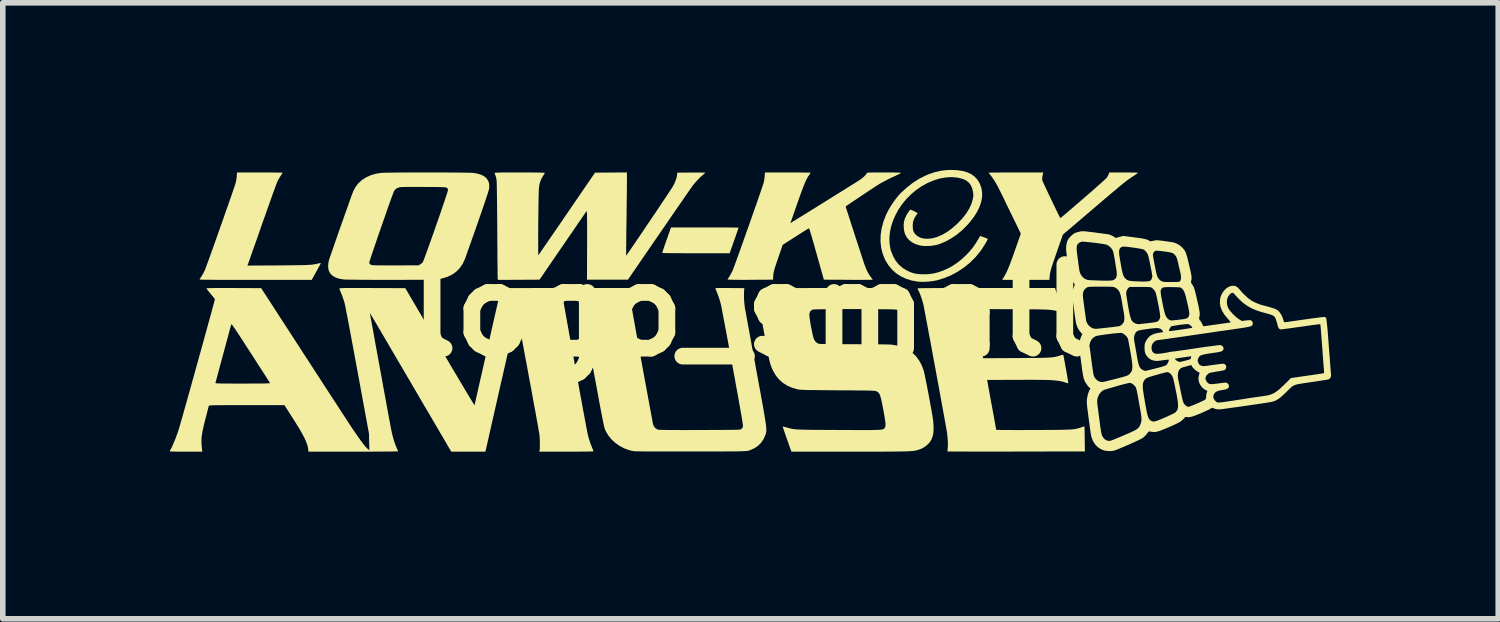
<source format=kicad_pcb>
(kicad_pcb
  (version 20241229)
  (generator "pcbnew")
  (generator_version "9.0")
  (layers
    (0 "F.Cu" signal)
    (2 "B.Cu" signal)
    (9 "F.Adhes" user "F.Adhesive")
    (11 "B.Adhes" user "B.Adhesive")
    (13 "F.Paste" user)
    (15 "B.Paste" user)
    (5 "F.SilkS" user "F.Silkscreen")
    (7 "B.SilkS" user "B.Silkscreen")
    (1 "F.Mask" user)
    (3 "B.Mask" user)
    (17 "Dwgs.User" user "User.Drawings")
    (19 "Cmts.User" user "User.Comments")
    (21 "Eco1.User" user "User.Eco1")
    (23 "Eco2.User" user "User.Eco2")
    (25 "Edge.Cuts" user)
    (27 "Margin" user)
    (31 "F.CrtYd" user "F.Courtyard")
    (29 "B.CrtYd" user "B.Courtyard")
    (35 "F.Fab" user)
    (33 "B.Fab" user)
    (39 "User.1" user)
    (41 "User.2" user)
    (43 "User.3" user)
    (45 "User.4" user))
  (footprint "logo_small"
    (layer "F.Cu")
    (at 10.42 2.521)
    (property "Reference" "logo_small" (at 0 0 0) (layer "F.SilkS") (effects (font (size 1.5 1.5) (thickness 0.3))))
    (attr board_only exclude_from_pos_files exclude_from_bom)
    (fp_poly (pts (xy -0.725 -1.488) (xy -0.635 -1.488) (xy -0.55 -1.488) (xy -0.473 -1.488) (xy -0.403 -1.488) (xy -0.343 -1.487) (xy -0.292 -1.487) (xy -0.253 -1.486) (xy -0.227 -1.486) (xy -0.214 -1.486) (xy -0.213 -1.485) (xy -0.215 -1.478) (xy -0.222 -1.458) (xy -0.232 -1.427) (xy -0.246 -1.388) (xy -0.262 -1.341) (xy -0.28 -1.29) (xy -0.282 -1.286) (xy -0.301 -1.233) (xy -0.318 -1.182) (xy -0.334 -1.137) (xy -0.347 -1.1) (xy -0.357 -1.072) (xy -0.362 -1.057) (xy -0.374 -1.025) (xy -0.976 -1.025) (xy -1.07 -1.025) (xy -1.16 -1.025) (xy -1.244 -1.026) (xy -1.322 -1.026) (xy -1.391 -1.027) (xy -1.452 -1.027) (xy -1.502 -1.028) (xy -1.541 -1.029) (xy -1.568 -1.03) (xy -1.581 -1.03) (xy -1.582 -1.031) (xy -1.581 -1.036) (xy -1.578 -1.051) (xy -1.571 -1.074) (xy -1.56 -1.107) (xy -1.545 -1.151) (xy -1.526 -1.206) (xy -1.502 -1.273) (xy -1.474 -1.354) (xy -1.454 -1.41) (xy -1.426 -1.488) (xy -0.819 -1.488)) (stroke (width 0) (type solid)) (fill yes) (layer "F.SilkS"))
    (fp_poly (pts (xy -8.73 -2.475) (xy -8.658 -2.475) (xy -8.591 -2.475) (xy -8.532 -2.474) (xy -8.483 -2.474) (xy -8.443 -2.473) (xy -8.415 -2.472) (xy -8.4 -2.471) (xy -8.398 -2.471) (xy -8.402 -2.463) (xy -8.413 -2.445) (xy -8.428 -2.422) (xy -8.432 -2.415) (xy -8.454 -2.381) (xy -8.476 -2.341) (xy -8.493 -2.308) (xy -8.499 -2.292) (xy -8.51 -2.264) (xy -8.525 -2.223) (xy -8.544 -2.172) (xy -8.567 -2.11) (xy -8.592 -2.039) (xy -8.62 -1.961) (xy -8.65 -1.876) (xy -8.682 -1.786) (xy -8.716 -1.69) (xy -8.751 -1.592) (xy -8.759 -1.568) (xy -8.794 -1.469) (xy -8.827 -1.374) (xy -8.859 -1.283) (xy -8.889 -1.198) (xy -8.917 -1.12) (xy -8.942 -1.049) (xy -8.964 -0.986) (xy -8.982 -0.934) (xy -8.997 -0.893) (xy -9.007 -0.863) (xy -9.013 -0.846) (xy -9.014 -0.844) (xy -9.029 -0.804) (xy -8.472 -0.807) (xy -8.363 -0.808) (xy -8.268 -0.809) (xy -8.185 -0.81) (xy -8.115 -0.811) (xy -8.054 -0.812) (xy -8.002 -0.813) (xy -7.959 -0.815) (xy -7.922 -0.817) (xy -7.89 -0.819) (xy -7.863 -0.822) (xy -7.839 -0.825) (xy -7.816 -0.829) (xy -7.795 -0.833) (xy -7.772 -0.838) (xy -7.766 -0.84) (xy -7.74 -0.846) (xy -7.72 -0.849) (xy -7.712 -0.85) (xy -7.711 -0.849) (xy -7.714 -0.842) (xy -7.723 -0.824) (xy -7.738 -0.796) (xy -7.757 -0.761) (xy -7.78 -0.72) (xy -7.792 -0.697) (xy -7.876 -0.547) (xy -8.881 -0.547) (xy -9.048 -0.547) (xy -9.199 -0.547) (xy -9.335 -0.547) (xy -9.456 -0.548) (xy -9.563 -0.548) (xy -9.654 -0.549) (xy -9.73 -0.55) (xy -9.791 -0.55) (xy -9.837 -0.551) (xy -9.868 -0.552) (xy -9.884 -0.554) (xy -9.887 -0.554) (xy -9.883 -0.564) (xy -9.872 -0.582) (xy -9.857 -0.605) (xy -9.856 -0.607) (xy -9.838 -0.636) (xy -9.818 -0.671) (xy -9.8 -0.708) (xy -9.796 -0.715) (xy -9.79 -0.73) (xy -9.779 -0.759) (xy -9.764 -0.799) (xy -9.745 -0.85) (xy -9.723 -0.911) (xy -9.698 -0.98) (xy -9.671 -1.057) (xy -9.641 -1.139) (xy -9.61 -1.226) (xy -9.578 -1.317) (xy -9.545 -1.41) (xy -9.512 -1.504) (xy -9.478 -1.598) (xy -9.446 -1.691) (xy -9.414 -1.782) (xy -9.383 -1.869) (xy -9.355 -1.951) (xy -9.328 -2.027) (xy -9.304 -2.096) (xy -9.284 -2.157) (xy -9.266 -2.208) (xy -9.253 -2.248) (xy -9.244 -2.277) (xy -9.24 -2.289) (xy -9.232 -2.324) (xy -9.225 -2.365) (xy -9.221 -2.405) (xy -9.221 -2.409) (xy -9.216 -2.475) (xy -8.807 -2.475)) (stroke (width 0) (type solid)) (fill yes) (layer "F.SilkS"))
    (fp_poly (pts (xy 5.252 -2.458) (xy 5.239 -2.402) (xy 5.236 -2.357) (xy 5.239 -2.332) (xy 5.244 -2.32) (xy 5.254 -2.298) (xy 5.269 -2.265) (xy 5.288 -2.223) (xy 5.311 -2.175) (xy 5.336 -2.121) (xy 5.363 -2.064) (xy 5.391 -2.005) (xy 5.42 -1.946) (xy 5.447 -1.888) (xy 5.474 -1.833) (xy 5.498 -1.783) (xy 5.52 -1.739) (xy 5.538 -1.702) (xy 5.551 -1.676) (xy 5.559 -1.66) (xy 5.562 -1.657) (xy 5.568 -1.661) (xy 5.585 -1.674) (xy 5.611 -1.695) (xy 5.645 -1.724) (xy 5.686 -1.758) (xy 5.732 -1.798) (xy 5.784 -1.842) (xy 5.839 -1.89) (xy 5.897 -1.94) (xy 5.957 -1.991) (xy 6.017 -2.043) (xy 6.076 -2.094) (xy 6.133 -2.144) (xy 6.187 -2.192) (xy 6.237 -2.236) (xy 6.283 -2.276) (xy 6.321 -2.311) (xy 6.353 -2.34) (xy 6.376 -2.361) (xy 6.39 -2.374) (xy 6.393 -2.378) (xy 6.41 -2.404) (xy 6.425 -2.433) (xy 6.429 -2.443) (xy 6.441 -2.475) (xy 6.698 -2.475) (xy 6.759 -2.475) (xy 6.815 -2.475) (xy 6.864 -2.474) (xy 6.904 -2.473) (xy 6.933 -2.472) (xy 6.951 -2.471) (xy 6.955 -2.47) (xy 6.949 -2.464) (xy 6.933 -2.451) (xy 6.908 -2.434) (xy 6.877 -2.413) (xy 6.862 -2.403) (xy 6.841 -2.39) (xy 6.821 -2.376) (xy 6.801 -2.362) (xy 6.781 -2.348) (xy 6.759 -2.332) (xy 6.735 -2.313) (xy 6.708 -2.292) (xy 6.678 -2.268) (xy 6.643 -2.239) (xy 6.602 -2.205) (xy 6.556 -2.166) (xy 6.502 -2.121) (xy 6.441 -2.07) (xy 6.372 -2.011) (xy 6.293 -1.944) (xy 6.204 -1.868) (xy 6.113 -1.79) (xy 5.608 -1.36) (xy 5.504 -1.062) (xy 5.475 -0.979) (xy 5.451 -0.91) (xy 5.431 -0.851) (xy 5.415 -0.803) (xy 5.402 -0.763) (xy 5.393 -0.729) (xy 5.385 -0.701) (xy 5.38 -0.677) (xy 5.376 -0.654) (xy 5.373 -0.633) (xy 5.371 -0.611) (xy 5.371 -0.607) (xy 5.366 -0.547) (xy 4.942 -0.547) (xy 4.864 -0.547) (xy 4.79 -0.547) (xy 4.722 -0.547) (xy 4.661 -0.547) (xy 4.61 -0.548) (xy 4.568 -0.548) (xy 4.539 -0.549) (xy 4.522 -0.549) (xy 4.518 -0.55) (xy 4.522 -0.557) (xy 4.532 -0.573) (xy 4.546 -0.593) (xy 4.563 -0.621) (xy 4.581 -0.654) (xy 4.6 -0.692) (xy 4.62 -0.737) (xy 4.643 -0.791) (xy 4.667 -0.855) (xy 4.695 -0.929) (xy 4.726 -1.016) (xy 4.749 -1.082) (xy 4.853 -1.377) (xy 4.696 -1.7) (xy 4.661 -1.771) (xy 4.627 -1.841) (xy 4.594 -1.908) (xy 4.564 -1.972) (xy 4.536 -2.03) (xy 4.512 -2.079) (xy 4.493 -2.118) (xy 4.483 -2.138) (xy 4.44 -2.223) (xy 4.397 -2.299) (xy 4.356 -2.364) (xy 4.318 -2.416) (xy 4.309 -2.427) (xy 4.292 -2.448) (xy 4.28 -2.463) (xy 4.275 -2.471) (xy 4.275 -2.471) (xy 4.282 -2.472) (xy 4.304 -2.472) (xy 4.338 -2.473) (xy 4.383 -2.474) (xy 4.439 -2.474) (xy 4.503 -2.475) (xy 4.575 -2.475) (xy 4.653 -2.475) (xy 4.737 -2.475) (xy 4.766 -2.475) (xy 5.256 -2.475)) (stroke (width 0) (type solid)) (fill yes) (layer "F.SilkS"))
    (fp_poly (pts (xy 3.712 -2.516) (xy 3.806 -2.503) (xy 3.888 -2.479) (xy 3.959 -2.447) (xy 4.02 -2.404) (xy 4.07 -2.352) (xy 4.11 -2.289) (xy 4.115 -2.279) (xy 4.144 -2.202) (xy 4.158 -2.121) (xy 4.158 -2.038) (xy 4.143 -1.952) (xy 4.114 -1.863) (xy 4.07 -1.772) (xy 4.012 -1.679) (xy 3.939 -1.585) (xy 3.893 -1.532) (xy 3.805 -1.443) (xy 3.71 -1.364) (xy 3.61 -1.296) (xy 3.508 -1.239) (xy 3.405 -1.195) (xy 3.36 -1.18) (xy 3.301 -1.167) (xy 3.235 -1.158) (xy 3.167 -1.155) (xy 3.103 -1.156) (xy 3.047 -1.164) (xy 3.044 -1.165) (xy 2.966 -1.188) (xy 2.9 -1.222) (xy 2.845 -1.264) (xy 2.803 -1.315) (xy 2.772 -1.375) (xy 2.755 -1.444) (xy 2.75 -1.52) (xy 2.751 -1.538) (xy 2.754 -1.579) (xy 2.761 -1.612) (xy 2.771 -1.644) (xy 2.781 -1.668) (xy 2.796 -1.699) (xy 2.813 -1.731) (xy 2.832 -1.76) (xy 2.849 -1.785) (xy 2.864 -1.801) (xy 2.873 -1.807) (xy 2.884 -1.804) (xy 2.904 -1.796) (xy 2.928 -1.785) (xy 2.954 -1.772) (xy 2.977 -1.76) (xy 2.993 -1.75) (xy 2.999 -1.745) (xy 2.995 -1.735) (xy 2.984 -1.718) (xy 2.973 -1.704) (xy 2.941 -1.652) (xy 2.921 -1.598) (xy 2.913 -1.537) (xy 2.913 -1.519) (xy 2.915 -1.469) (xy 2.922 -1.43) (xy 2.936 -1.398) (xy 2.957 -1.369) (xy 2.962 -1.363) (xy 3.006 -1.327) (xy 3.058 -1.302) (xy 3.119 -1.288) (xy 3.186 -1.285) (xy 3.259 -1.293) (xy 3.336 -1.312) (xy 3.345 -1.315) (xy 3.437 -1.354) (xy 3.528 -1.406) (xy 3.618 -1.472) (xy 3.709 -1.552) (xy 3.729 -1.572) (xy 3.809 -1.657) (xy 3.874 -1.741) (xy 3.926 -1.824) (xy 3.964 -1.905) (xy 3.988 -1.984) (xy 3.996 -2.02) (xy 4 -2.048) (xy 4 -2.074) (xy 3.998 -2.104) (xy 3.996 -2.121) (xy 3.981 -2.188) (xy 3.955 -2.247) (xy 3.918 -2.295) (xy 3.87 -2.333) (xy 3.813 -2.359) (xy 3.807 -2.361) (xy 3.71 -2.384) (xy 3.608 -2.392) (xy 3.503 -2.386) (xy 3.395 -2.366) (xy 3.285 -2.332) (xy 3.178 -2.286) (xy 3.073 -2.228) (xy 2.974 -2.16) (xy 2.883 -2.084) (xy 2.8 -2) (xy 2.725 -1.91) (xy 2.66 -1.815) (xy 2.605 -1.715) (xy 2.56 -1.613) (xy 2.526 -1.51) (xy 2.504 -1.406) (xy 2.494 -1.303) (xy 2.497 -1.201) (xy 2.513 -1.103) (xy 2.525 -1.061) (xy 2.561 -0.971) (xy 2.607 -0.891) (xy 2.663 -0.822) (xy 2.731 -0.763) (xy 2.81 -0.715) (xy 2.829 -0.706) (xy 2.877 -0.684) (xy 2.921 -0.669) (xy 2.966 -0.659) (xy 3.016 -0.652) (xy 3.076 -0.648) (xy 3.083 -0.648) (xy 3.182 -0.649) (xy 3.276 -0.66) (xy 3.369 -0.683) (xy 3.465 -0.717) (xy 3.55 -0.756) (xy 3.638 -0.805) (xy 3.72 -0.861) (xy 3.801 -0.926) (xy 3.869 -0.991) (xy 3.923 -1.046) (xy 3.969 -1.1) (xy 4.011 -1.155) (xy 4.052 -1.216) (xy 4.084 -1.269) (xy 4.123 -1.335) (xy 4.192 -1.312) (xy 4.222 -1.301) (xy 4.245 -1.291) (xy 4.258 -1.283) (xy 4.26 -1.28) (xy 4.256 -1.269) (xy 4.245 -1.247) (xy 4.228 -1.218) (xy 4.208 -1.185) (xy 4.185 -1.148) (xy 4.162 -1.112) (xy 4.139 -1.079) (xy 4.121 -1.053) (xy 4.036 -0.951) (xy 3.94 -0.856) (xy 3.835 -0.771) (xy 3.722 -0.695) (xy 3.603 -0.631) (xy 3.48 -0.58) (xy 3.355 -0.542) (xy 3.314 -0.533) (xy 3.26 -0.524) (xy 3.197 -0.517) (xy 3.133 -0.513) (xy 3.071 -0.512) (xy 3.018 -0.515) (xy 3.003 -0.516) (xy 2.893 -0.536) (xy 2.792 -0.568) (xy 2.698 -0.612) (xy 2.614 -0.667) (xy 2.54 -0.734) (xy 2.476 -0.811) (xy 2.422 -0.899) (xy 2.412 -0.919) (xy 2.372 -1.021) (xy 2.346 -1.127) (xy 2.334 -1.237) (xy 2.337 -1.35) (xy 2.353 -1.466) (xy 2.384 -1.584) (xy 2.429 -1.703) (xy 2.461 -1.77) (xy 2.49 -1.823) (xy 2.526 -1.882) (xy 2.566 -1.942) (xy 2.608 -2) (xy 2.649 -2.052) (xy 2.687 -2.095) (xy 2.695 -2.103) (xy 2.803 -2.202) (xy 2.912 -2.288) (xy 3.025 -2.36) (xy 3.142 -2.419) (xy 3.208 -2.447) (xy 3.31 -2.481) (xy 3.407 -2.504) (xy 3.505 -2.517) (xy 3.606 -2.521)) (stroke (width 0) (type solid)) (fill yes) (layer "F.SilkS"))
    (fp_poly (pts (xy 0.747 -2.475) (xy 0.819 -2.475) (xy 0.885 -2.475) (xy 0.944 -2.474) (xy 0.994 -2.473) (xy 1.034 -2.473) (xy 1.061 -2.472) (xy 1.076 -2.471) (xy 1.078 -2.47) (xy 1.074 -2.462) (xy 1.064 -2.444) (xy 1.049 -2.422) (xy 1.048 -2.421) (xy 1.033 -2.4) (xy 1.02 -2.377) (xy 1.005 -2.35) (xy 0.991 -2.319) (xy 0.975 -2.282) (xy 0.957 -2.238) (xy 0.937 -2.186) (xy 0.914 -2.124) (xy 0.887 -2.051) (xy 0.857 -1.966) (xy 0.837 -1.909) (xy 0.717 -1.566) (xy 0.763 -1.595) (xy 0.816 -1.627) (xy 0.877 -1.665) (xy 0.944 -1.706) (xy 1.016 -1.751) (xy 1.092 -1.798) (xy 1.172 -1.847) (xy 1.253 -1.898) (xy 1.335 -1.949) (xy 1.416 -2) (xy 1.496 -2.05) (xy 1.574 -2.098) (xy 1.648 -2.144) (xy 1.717 -2.187) (xy 1.78 -2.227) (xy 1.836 -2.262) (xy 1.885 -2.292) (xy 1.924 -2.317) (xy 1.952 -2.335) (xy 1.97 -2.346) (xy 1.973 -2.349) (xy 2.005 -2.373) (xy 2.035 -2.398) (xy 2.06 -2.423) (xy 2.079 -2.445) (xy 2.088 -2.462) (xy 2.088 -2.465) (xy 2.09 -2.468) (xy 2.098 -2.47) (xy 2.112 -2.472) (xy 2.134 -2.473) (xy 2.165 -2.474) (xy 2.206 -2.475) (xy 2.259 -2.475) (xy 2.324 -2.475) (xy 2.396 -2.475) (xy 2.483 -2.475) (xy 2.555 -2.475) (xy 2.612 -2.474) (xy 2.655 -2.473) (xy 2.684 -2.471) (xy 2.699 -2.469) (xy 2.702 -2.468) (xy 2.694 -2.461) (xy 2.676 -2.451) (xy 2.649 -2.437) (xy 2.627 -2.427) (xy 2.576 -2.403) (xy 2.52 -2.377) (xy 2.464 -2.349) (xy 2.41 -2.321) (xy 2.362 -2.296) (xy 2.323 -2.274) (xy 2.307 -2.264) (xy 2.288 -2.252) (xy 2.26 -2.234) (xy 2.224 -2.21) (xy 2.181 -2.182) (xy 2.133 -2.151) (xy 2.082 -2.117) (xy 2.029 -2.081) (xy 1.975 -2.046) (xy 1.923 -2.01) (xy 1.873 -1.977) (xy 1.826 -1.946) (xy 1.786 -1.918) (xy 1.752 -1.896) (xy 1.727 -1.878) (xy 1.712 -1.868) (xy 1.709 -1.865) (xy 1.711 -1.857) (xy 1.717 -1.836) (xy 1.728 -1.804) (xy 1.741 -1.761) (xy 1.758 -1.71) (xy 1.777 -1.651) (xy 1.798 -1.586) (xy 1.82 -1.516) (xy 1.844 -1.444) (xy 1.868 -1.369) (xy 1.892 -1.294) (xy 1.917 -1.22) (xy 1.94 -1.148) (xy 1.962 -1.08) (xy 1.983 -1.017) (xy 2.001 -0.961) (xy 2.017 -0.912) (xy 2.03 -0.873) (xy 2.039 -0.845) (xy 2.044 -0.831) (xy 2.072 -0.756) (xy 2.101 -0.693) (xy 2.132 -0.639) (xy 2.155 -0.606) (xy 2.173 -0.582) (xy 2.187 -0.563) (xy 2.194 -0.552) (xy 2.194 -0.551) (xy 2.187 -0.55) (xy 2.166 -0.549) (xy 2.132 -0.549) (xy 2.087 -0.549) (xy 2.033 -0.548) (xy 1.969 -0.548) (xy 1.899 -0.548) (xy 1.823 -0.548) (xy 1.756 -0.549) (xy 1.318 -0.551) (xy 1.188 -1.012) (xy 1.165 -1.093) (xy 1.144 -1.169) (xy 1.123 -1.24) (xy 1.105 -1.303) (xy 1.089 -1.359) (xy 1.075 -1.405) (xy 1.064 -1.44) (xy 1.056 -1.463) (xy 1.052 -1.473) (xy 1.051 -1.474) (xy 1.044 -1.47) (xy 1.024 -1.459) (xy 0.995 -1.441) (xy 0.958 -1.418) (xy 0.914 -1.39) (xy 0.864 -1.359) (xy 0.812 -1.325) (xy 0.579 -1.176) (xy 0.506 -0.966) (xy 0.481 -0.892) (xy 0.46 -0.831) (xy 0.444 -0.781) (xy 0.431 -0.739) (xy 0.422 -0.703) (xy 0.416 -0.673) (xy 0.411 -0.645) (xy 0.409 -0.619) (xy 0.408 -0.603) (xy 0.406 -0.551) (xy -0.002 -0.549) (xy -0.088 -0.548) (xy -0.165 -0.548) (xy -0.234 -0.549) (xy -0.293 -0.549) (xy -0.341 -0.55) (xy -0.377 -0.551) (xy -0.401 -0.552) (xy -0.41 -0.553) (xy -0.41 -0.553) (xy -0.406 -0.563) (xy -0.396 -0.581) (xy -0.382 -0.601) (xy -0.366 -0.627) (xy -0.348 -0.661) (xy -0.329 -0.696) (xy -0.322 -0.71) (xy -0.316 -0.725) (xy -0.305 -0.754) (xy -0.29 -0.794) (xy -0.271 -0.845) (xy -0.249 -0.906) (xy -0.224 -0.975) (xy -0.197 -1.051) (xy -0.167 -1.134) (xy -0.136 -1.221) (xy -0.104 -1.312) (xy -0.071 -1.405) (xy -0.037 -1.499) (xy -0.004 -1.594) (xy 0.029 -1.687) (xy 0.061 -1.779) (xy 0.092 -1.866) (xy 0.121 -1.949) (xy 0.147 -2.026) (xy 0.172 -2.096) (xy 0.193 -2.158) (xy 0.211 -2.21) (xy 0.224 -2.252) (xy 0.234 -2.282) (xy 0.239 -2.297) (xy 0.245 -2.327) (xy 0.251 -2.365) (xy 0.255 -2.403) (xy 0.256 -2.409) (xy 0.26 -2.475) (xy 0.669 -2.475)) (stroke (width 0) (type solid)) (fill yes) (layer "F.SilkS"))
    (fp_poly (pts (xy -2.217 -2.31) (xy -2.217 -2.275) (xy -2.218 -2.227) (xy -2.218 -2.166) (xy -2.219 -2.096) (xy -2.22 -2.016) (xy -2.221 -1.93) (xy -2.222 -1.838) (xy -2.223 -1.743) (xy -2.224 -1.646) (xy -2.225 -1.565) (xy -2.227 -1.473) (xy -2.228 -1.385) (xy -2.229 -1.303) (xy -2.229 -1.227) (xy -2.23 -1.16) (xy -2.231 -1.101) (xy -2.231 -1.053) (xy -2.231 -1.017) (xy -2.231 -0.993) (xy -2.231 -0.983) (xy -2.231 -0.983) (xy -2.226 -0.988) (xy -2.214 -1.006) (xy -2.194 -1.033) (xy -2.168 -1.071) (xy -2.137 -1.116) (xy -2.1 -1.17) (xy -2.06 -1.229) (xy -2.016 -1.294) (xy -1.969 -1.364) (xy -1.919 -1.437) (xy -1.869 -1.512) (xy -1.817 -1.588) (xy -1.765 -1.665) (xy -1.714 -1.74) (xy -1.665 -1.814) (xy -1.617 -1.885) (xy -1.572 -1.953) (xy -1.53 -2.015) (xy -1.493 -2.071) (xy -1.46 -2.121) (xy -1.433 -2.162) (xy -1.412 -2.194) (xy -1.398 -2.216) (xy -1.393 -2.225) (xy -1.36 -2.288) (xy -1.336 -2.349) (xy -1.321 -2.404) (xy -1.317 -2.434) (xy -1.315 -2.472) (xy -1.064 -2.474) (xy -1.004 -2.474) (xy -0.949 -2.474) (xy -0.901 -2.474) (xy -0.861 -2.473) (xy -0.833 -2.472) (xy -0.816 -2.471) (xy -0.812 -2.47) (xy -0.818 -2.462) (xy -0.833 -2.449) (xy -0.853 -2.432) (xy -0.855 -2.43) (xy -0.898 -2.393) (xy -0.944 -2.346) (xy -0.99 -2.295) (xy -1.033 -2.244) (xy -1.04 -2.233) (xy -1.05 -2.22) (xy -1.067 -2.195) (xy -1.092 -2.16) (xy -1.124 -2.114) (xy -1.162 -2.059) (xy -1.206 -1.995) (xy -1.256 -1.923) (xy -1.31 -1.845) (xy -1.368 -1.761) (xy -1.43 -1.671) (xy -1.494 -1.577) (xy -1.562 -1.479) (xy -1.631 -1.378) (xy -1.641 -1.364) (xy -2.199 -0.551) (xy -2.567 -0.551) (xy -2.934 -0.551) (xy -2.932 -1.173) (xy -2.932 -1.286) (xy -2.932 -1.384) (xy -2.932 -1.469) (xy -2.932 -1.541) (xy -2.932 -1.602) (xy -2.933 -1.652) (xy -2.933 -1.693) (xy -2.934 -1.724) (xy -2.935 -1.748) (xy -2.936 -1.765) (xy -2.937 -1.775) (xy -2.939 -1.781) (xy -2.941 -1.782) (xy -2.942 -1.781) (xy -2.948 -1.772) (xy -2.962 -1.752) (xy -2.983 -1.722) (xy -3.011 -1.681) (xy -3.045 -1.631) (xy -3.085 -1.574) (xy -3.129 -1.509) (xy -3.178 -1.437) (xy -3.231 -1.36) (xy -3.287 -1.279) (xy -3.345 -1.194) (xy -3.37 -1.158) (xy -3.786 -0.551) (xy -4.16 -0.549) (xy -4.533 -0.547) (xy -4.536 -0.564) (xy -4.537 -0.573) (xy -4.537 -0.597) (xy -4.538 -0.635) (xy -4.539 -0.684) (xy -4.539 -0.745) (xy -4.54 -0.815) (xy -4.541 -0.896) (xy -4.542 -0.984) (xy -4.542 -1.08) (xy -4.543 -1.182) (xy -4.544 -1.289) (xy -4.544 -1.401) (xy -4.544 -1.431) (xy -4.545 -1.546) (xy -4.546 -1.656) (xy -4.547 -1.762) (xy -4.548 -1.862) (xy -4.549 -1.956) (xy -4.55 -2.041) (xy -4.551 -2.118) (xy -4.552 -2.184) (xy -4.553 -2.24) (xy -4.554 -2.284) (xy -4.555 -2.314) (xy -4.556 -2.331) (xy -4.556 -2.333) (xy -4.562 -2.365) (xy -4.569 -2.397) (xy -4.575 -2.416) (xy -4.584 -2.439) (xy -4.59 -2.458) (xy -4.592 -2.462) (xy -4.592 -2.465) (xy -4.59 -2.467) (xy -4.585 -2.469) (xy -4.575 -2.471) (xy -4.559 -2.472) (xy -4.537 -2.473) (xy -4.508 -2.474) (xy -4.469 -2.475) (xy -4.42 -2.475) (xy -4.361 -2.475) (xy -4.288 -2.475) (xy -4.203 -2.475) (xy -4.143 -2.475) (xy -4.061 -2.475) (xy -3.984 -2.475) (xy -3.913 -2.475) (xy -3.849 -2.474) (xy -3.795 -2.473) (xy -3.75 -2.472) (xy -3.717 -2.471) (xy -3.697 -2.47) (xy -3.69 -2.469) (xy -3.694 -2.46) (xy -3.705 -2.442) (xy -3.72 -2.418) (xy -3.724 -2.413) (xy -3.76 -2.346) (xy -3.785 -2.273) (xy -3.796 -2.205) (xy -3.798 -2.187) (xy -3.799 -2.156) (xy -3.8 -2.114) (xy -3.802 -2.062) (xy -3.803 -2.002) (xy -3.804 -1.934) (xy -3.805 -1.86) (xy -3.806 -1.782) (xy -3.807 -1.702) (xy -3.808 -1.619) (xy -3.809 -1.536) (xy -3.809 -1.454) (xy -3.81 -1.374) (xy -3.81 -1.299) (xy -3.81 -1.228) (xy -3.81 -1.164) (xy -3.81 -1.108) (xy -3.81 -1.061) (xy -3.809 -1.025) (xy -3.809 -1.001) (xy -3.808 -0.99) (xy -3.807 -0.99) (xy -3.802 -0.997) (xy -3.789 -1.015) (xy -3.768 -1.045) (xy -3.741 -1.085) (xy -3.707 -1.134) (xy -3.667 -1.192) (xy -3.622 -1.258) (xy -3.572 -1.331) (xy -3.517 -1.41) (xy -3.459 -1.494) (xy -3.398 -1.583) (xy -3.334 -1.677) (xy -3.295 -1.734) (xy -2.79 -2.472) (xy -2.504 -2.474) (xy -2.217 -2.476)) (stroke (width 0) (type solid)) (fill yes) (layer "F.SilkS"))
    (fp_poly (pts (xy -5.66 -2.475) (xy -5.562 -2.475) (xy -5.468 -2.475) (xy -5.377 -2.474) (xy -5.293 -2.474) (xy -5.215 -2.473) (xy -5.146 -2.472) (xy -5.087 -2.471) (xy -5.039 -2.47) (xy -5.003 -2.469) (xy -4.98 -2.468) (xy -4.977 -2.468) (xy -4.897 -2.454) (xy -4.83 -2.433) (xy -4.775 -2.404) (xy -4.734 -2.367) (xy -4.706 -2.323) (xy -4.69 -2.271) (xy -4.688 -2.211) (xy -4.692 -2.182) (xy -4.696 -2.163) (xy -4.706 -2.13) (xy -4.72 -2.084) (xy -4.74 -2.024) (xy -4.764 -1.952) (xy -4.793 -1.867) (xy -4.826 -1.77) (xy -4.864 -1.661) (xy -4.902 -1.551) (xy -4.934 -1.46) (xy -4.965 -1.372) (xy -4.995 -1.288) (xy -5.022 -1.21) (xy -5.048 -1.138) (xy -5.071 -1.074) (xy -5.09 -1.019) (xy -5.106 -0.974) (xy -5.118 -0.941) (xy -5.125 -0.921) (xy -5.127 -0.917) (xy -5.166 -0.833) (xy -5.217 -0.76) (xy -5.278 -0.697) (xy -5.349 -0.645) (xy -5.431 -0.605) (xy -5.524 -0.575) (xy -5.627 -0.556) (xy -5.643 -0.554) (xy -5.661 -0.553) (xy -5.693 -0.552) (xy -5.738 -0.552) (xy -5.793 -0.551) (xy -5.859 -0.55) (xy -5.934 -0.549) (xy -6.016 -0.549) (xy -6.104 -0.549) (xy -6.197 -0.548) (xy -6.293 -0.548) (xy -6.392 -0.548) (xy -6.492 -0.548) (xy -6.591 -0.548) (xy -6.689 -0.548) (xy -6.785 -0.548) (xy -6.876 -0.549) (xy -6.962 -0.549) (xy -7.041 -0.55) (xy -7.112 -0.551) (xy -7.174 -0.551) (xy -7.225 -0.552) (xy -7.265 -0.553) (xy -7.291 -0.554) (xy -7.301 -0.555) (xy -7.354 -0.563) (xy -7.398 -0.573) (xy -7.437 -0.587) (xy -7.463 -0.599) (xy -7.505 -0.625) (xy -7.536 -0.655) (xy -7.559 -0.692) (xy -7.564 -0.702) (xy -7.576 -0.744) (xy -7.58 -0.795) (xy -7.576 -0.85) (xy -7.574 -0.863) (xy -6.842 -0.863) (xy -6.837 -0.839) (xy -6.823 -0.823) (xy -6.796 -0.813) (xy -6.794 -0.812) (xy -6.782 -0.811) (xy -6.756 -0.81) (xy -6.718 -0.809) (xy -6.669 -0.808) (xy -6.612 -0.808) (xy -6.546 -0.807) (xy -6.474 -0.807) (xy -6.398 -0.807) (xy -6.363 -0.807) (xy -5.957 -0.809) (xy -5.927 -0.826) (xy -5.904 -0.842) (xy -5.886 -0.858) (xy -5.882 -0.863) (xy -5.877 -0.874) (xy -5.867 -0.898) (xy -5.853 -0.934) (xy -5.836 -0.98) (xy -5.816 -1.036) (xy -5.793 -1.099) (xy -5.768 -1.169) (xy -5.741 -1.245) (xy -5.712 -1.325) (xy -5.683 -1.407) (xy -5.654 -1.491) (xy -5.624 -1.576) (xy -5.595 -1.659) (xy -5.567 -1.74) (xy -5.541 -1.818) (xy -5.516 -1.891) (xy -5.493 -1.957) (xy -5.473 -2.017) (xy -5.457 -2.067) (xy -5.443 -2.108) (xy -5.434 -2.138) (xy -5.43 -2.155) (xy -5.429 -2.158) (xy -5.432 -2.18) (xy -5.443 -2.195) (xy -5.45 -2.2) (xy -5.455 -2.203) (xy -5.463 -2.206) (xy -5.474 -2.208) (xy -5.489 -2.209) (xy -5.51 -2.211) (xy -5.538 -2.212) (xy -5.574 -2.213) (xy -5.62 -2.214) (xy -5.677 -2.214) (xy -5.745 -2.215) (xy -5.828 -2.215) (xy -5.865 -2.216) (xy -5.969 -2.216) (xy -6.059 -2.216) (xy -6.135 -2.216) (xy -6.196 -2.215) (xy -6.243 -2.214) (xy -6.277 -2.212) (xy -6.297 -2.21) (xy -6.3 -2.209) (xy -6.343 -2.194) (xy -6.378 -2.169) (xy -6.398 -2.141) (xy -6.403 -2.128) (xy -6.413 -2.101) (xy -6.427 -2.064) (xy -6.445 -2.016) (xy -6.465 -1.96) (xy -6.488 -1.895) (xy -6.513 -1.825) (xy -6.539 -1.749) (xy -6.567 -1.669) (xy -6.596 -1.587) (xy -6.625 -1.504) (xy -6.654 -1.42) (xy -6.683 -1.338) (xy -6.71 -1.258) (xy -6.736 -1.182) (xy -6.76 -1.111) (xy -6.782 -1.047) (xy -6.801 -0.99) (xy -6.817 -0.942) (xy -6.829 -0.904) (xy -6.838 -0.878) (xy -6.841 -0.864) (xy -6.842 -0.863) (xy -7.574 -0.863) (xy -7.565 -0.904) (xy -7.56 -0.92) (xy -7.55 -0.948) (xy -7.536 -0.989) (xy -7.519 -1.039) (xy -7.498 -1.098) (xy -7.475 -1.164) (xy -7.45 -1.237) (xy -7.423 -1.314) (xy -7.395 -1.395) (xy -7.366 -1.477) (xy -7.336 -1.561) (xy -7.307 -1.643) (xy -7.279 -1.724) (xy -7.251 -1.801) (xy -7.225 -1.874) (xy -7.202 -1.94) (xy -7.181 -2) (xy -7.163 -2.05) (xy -7.148 -2.09) (xy -7.137 -2.119) (xy -7.131 -2.136) (xy -7.13 -2.137) (xy -7.089 -2.214) (xy -7.037 -2.282) (xy -6.973 -2.34) (xy -6.898 -2.388) (xy -6.814 -2.426) (xy -6.721 -2.453) (xy -6.628 -2.468) (xy -6.608 -2.469) (xy -6.574 -2.47) (xy -6.527 -2.471) (xy -6.469 -2.472) (xy -6.402 -2.473) (xy -6.325 -2.474) (xy -6.242 -2.474) (xy -6.152 -2.475) (xy -6.058 -2.475) (xy -5.96 -2.475) (xy -5.861 -2.475) (xy -5.76 -2.475)) (stroke (width 0) (type solid)) (fill yes) (layer "F.SilkS"))
    (fp_poly (pts (xy 5.477 -0.37) (xy 5.482 -0.354) (xy 5.492 -0.326) (xy 5.505 -0.289) (xy 5.521 -0.244) (xy 5.539 -0.194) (xy 5.554 -0.149) (xy 5.572 -0.099) (xy 5.587 -0.053) (xy 5.6 -0.014) (xy 5.61 0.016) (xy 5.616 0.036) (xy 5.617 0.043) (xy 5.608 0.042) (xy 5.589 0.038) (xy 5.562 0.031) (xy 5.55 0.027) (xy 5.525 0.02) (xy 5.502 0.013) (xy 5.48 0.007) (xy 5.457 0.002) (xy 5.434 -0.002) (xy 5.408 -0.006) (xy 5.379 -0.009) (xy 5.346 -0.012) (xy 5.307 -0.014) (xy 5.261 -0.015) (xy 5.208 -0.017) (xy 5.145 -0.018) (xy 5.073 -0.019) (xy 4.99 -0.019) (xy 4.895 -0.02) (xy 4.787 -0.02) (xy 4.679 -0.021) (xy 4.546 -0.021) (xy 4.427 -0.022) (xy 4.323 -0.022) (xy 4.235 -0.021) (xy 4.161 -0.021) (xy 4.103 -0.02) (xy 4.059 -0.019) (xy 4.031 -0.018) (xy 4.018 -0.017) (xy 4.017 -0.016) (xy 4.018 -0.007) (xy 4.022 0.014) (xy 4.028 0.048) (xy 4.036 0.091) (xy 4.045 0.143) (xy 4.056 0.202) (xy 4.067 0.266) (xy 4.079 0.333) (xy 4.092 0.402) (xy 4.105 0.472) (xy 4.117 0.54) (xy 4.129 0.605) (xy 4.14 0.666) (xy 4.15 0.72) (xy 4.159 0.766) (xy 4.165 0.803) (xy 4.17 0.828) (xy 4.173 0.841) (xy 4.173 0.841) (xy 4.177 0.859) (xy 4.771 0.856) (xy 4.887 0.855) (xy 4.989 0.854) (xy 5.077 0.854) (xy 5.155 0.853) (xy 5.221 0.852) (xy 5.278 0.85) (xy 5.326 0.849) (xy 5.367 0.846) (xy 5.402 0.844) (xy 5.432 0.841) (xy 5.458 0.837) (xy 5.481 0.832) (xy 5.503 0.827) (xy 5.524 0.821) (xy 5.545 0.815) (xy 5.559 0.81) (xy 5.591 0.8) (xy 5.61 0.798) (xy 5.616 0.8) (xy 5.618 0.811) (xy 5.623 0.835) (xy 5.63 0.868) (xy 5.637 0.91) (xy 5.646 0.957) (xy 5.655 1.009) (xy 5.665 1.062) (xy 5.674 1.115) (xy 5.683 1.166) (xy 5.691 1.212) (xy 5.697 1.251) (xy 5.702 1.281) (xy 5.705 1.301) (xy 5.706 1.307) (xy 5.698 1.307) (xy 5.68 1.303) (xy 5.663 1.298) (xy 5.634 1.289) (xy 5.605 1.28) (xy 5.575 1.273) (xy 5.543 1.267) (xy 5.508 1.262) (xy 5.469 1.258) (xy 5.424 1.254) (xy 5.373 1.251) (xy 5.313 1.249) (xy 5.245 1.248) (xy 5.167 1.247) (xy 5.078 1.246) (xy 4.976 1.246) (xy 4.861 1.247) (xy 4.795 1.247) (xy 4.248 1.249) (xy 4.329 1.693) (xy 4.344 1.773) (xy 4.358 1.849) (xy 4.371 1.919) (xy 4.382 1.982) (xy 4.392 2.036) (xy 4.4 2.081) (xy 4.406 2.115) (xy 4.41 2.136) (xy 4.411 2.144) (xy 4.419 2.145) (xy 4.441 2.145) (xy 4.475 2.146) (xy 4.522 2.147) (xy 4.579 2.147) (xy 4.646 2.147) (xy 4.722 2.148) (xy 4.805 2.148) (xy 4.895 2.148) (xy 4.99 2.147) (xy 5.078 2.147) (xy 5.2 2.147) (xy 5.307 2.146) (xy 5.401 2.146) (xy 5.484 2.145) (xy 5.555 2.144) (xy 5.616 2.143) (xy 5.669 2.141) (xy 5.714 2.14) (xy 5.752 2.138) (xy 5.784 2.135) (xy 5.812 2.132) (xy 5.837 2.128) (xy 5.859 2.123) (xy 5.879 2.118) (xy 5.899 2.112) (xy 5.92 2.106) (xy 5.94 2.099) (xy 5.966 2.09) (xy 5.986 2.085) (xy 5.995 2.082) (xy 5.995 2.083) (xy 5.996 2.09) (xy 5.997 2.111) (xy 5.997 2.144) (xy 5.998 2.186) (xy 5.999 2.235) (xy 6 2.291) (xy 6 2.308) (xy 6.003 2.532) (xy 4.772 2.534) (xy 4.636 2.535) (xy 4.505 2.535) (xy 4.378 2.535) (xy 4.258 2.535) (xy 4.144 2.535) (xy 4.037 2.535) (xy 3.938 2.535) (xy 3.848 2.534) (xy 3.768 2.534) (xy 3.699 2.534) (xy 3.641 2.534) (xy 3.595 2.533) (xy 3.562 2.533) (xy 3.542 2.533) (xy 3.537 2.532) (xy 3.536 2.523) (xy 3.538 2.504) (xy 3.54 2.481) (xy 3.544 2.444) (xy 3.544 2.395) (xy 3.542 2.34) (xy 3.538 2.281) (xy 3.532 2.224) (xy 3.527 2.187) (xy 3.522 2.16) (xy 3.515 2.12) (xy 3.506 2.069) (xy 3.495 2.006) (xy 3.482 1.933) (xy 3.467 1.852) (xy 3.451 1.763) (xy 3.433 1.667) (xy 3.415 1.565) (xy 3.395 1.458) (xy 3.375 1.347) (xy 3.354 1.234) (xy 3.333 1.119) (xy 3.312 1.004) (xy 3.29 0.889) (xy 3.269 0.775) (xy 3.249 0.663) (xy 3.229 0.555) (xy 3.209 0.452) (xy 3.191 0.353) (xy 3.174 0.262) (xy 3.158 0.178) (xy 3.144 0.102) (xy 3.131 0.036) (xy 3.121 -0.019) (xy 3.112 -0.063) (xy 3.106 -0.094) (xy 3.103 -0.112) (xy 3.102 -0.114) (xy 3.078 -0.198) (xy 3.051 -0.276) (xy 3.022 -0.344) (xy 3.021 -0.344) (xy 3.01 -0.368) (xy 3.002 -0.387) (xy 2.999 -0.396) (xy 3.007 -0.396) (xy 3.029 -0.397) (xy 3.065 -0.398) (xy 3.114 -0.399) (xy 3.176 -0.399) (xy 3.25 -0.4) (xy 3.336 -0.4) (xy 3.432 -0.401) (xy 3.539 -0.401) (xy 3.655 -0.402) (xy 3.78 -0.402) (xy 3.913 -0.402) (xy 4.054 -0.402) (xy 4.203 -0.402) (xy 4.233 -0.402) (xy 5.466 -0.402)) (stroke (width 0) (type solid)) (fill yes) (layer "F.SilkS"))
    (fp_poly (pts (xy -2.147 -0.294) (xy -2.148 -0.239) (xy -2.147 -0.186) (xy -2.144 -0.139) (xy -2.142 -0.118) (xy -2.14 -0.102) (xy -2.135 -0.074) (xy -2.128 -0.032) (xy -2.118 0.021) (xy -2.107 0.085) (xy -2.094 0.158) (xy -2.079 0.24) (xy -2.063 0.329) (xy -2.046 0.424) (xy -2.027 0.525) (xy -2.008 0.63) (xy -1.989 0.738) (xy -1.969 0.848) (xy -1.948 0.96) (xy -1.928 1.071) (xy -1.908 1.182) (xy -1.888 1.29) (xy -1.868 1.396) (xy -1.85 1.497) (xy -1.832 1.593) (xy -1.815 1.683) (xy -1.8 1.766) (xy -1.786 1.84) (xy -1.774 1.905) (xy -1.764 1.96) (xy -1.756 2.003) (xy -1.75 2.034) (xy -1.746 2.051) (xy -1.745 2.054) (xy -1.729 2.087) (xy -1.702 2.117) (xy -1.669 2.137) (xy -1.657 2.141) (xy -1.646 2.142) (xy -1.623 2.144) (xy -1.589 2.145) (xy -1.543 2.146) (xy -1.485 2.147) (xy -1.414 2.147) (xy -1.33 2.147) (xy -1.232 2.148) (xy -1.12 2.148) (xy -0.993 2.147) (xy -0.905 2.147) (xy -0.784 2.147) (xy -0.678 2.146) (xy -0.584 2.146) (xy -0.504 2.146) (xy -0.434 2.145) (xy -0.376 2.145) (xy -0.326 2.144) (xy -0.286 2.144) (xy -0.253 2.143) (xy -0.228 2.142) (xy -0.208 2.141) (xy -0.193 2.139) (xy -0.182 2.138) (xy -0.175 2.136) (xy -0.169 2.134) (xy -0.165 2.131) (xy -0.162 2.129) (xy -0.145 2.11) (xy -0.134 2.087) (xy -0.134 2.081) (xy -0.134 2.068) (xy -0.137 2.05) (xy -0.14 2.024) (xy -0.145 1.99) (xy -0.152 1.949) (xy -0.16 1.898) (xy -0.171 1.838) (xy -0.183 1.767) (xy -0.198 1.686) (xy -0.214 1.593) (xy -0.233 1.488) (xy -0.255 1.37) (xy -0.278 1.239) (xy -0.305 1.095) (xy -0.318 1.021) (xy -0.341 0.896) (xy -0.364 0.774) (xy -0.386 0.655) (xy -0.407 0.542) (xy -0.427 0.434) (xy -0.446 0.333) (xy -0.464 0.239) (xy -0.48 0.155) (xy -0.494 0.08) (xy -0.506 0.015) (xy -0.516 -0.038) (xy -0.524 -0.078) (xy -0.53 -0.105) (xy -0.532 -0.114) (xy -0.545 -0.161) (xy -0.561 -0.213) (xy -0.578 -0.262) (xy -0.589 -0.292) (xy -0.603 -0.326) (xy -0.615 -0.356) (xy -0.624 -0.378) (xy -0.628 -0.389) (xy -0.628 -0.393) (xy -0.626 -0.396) (xy -0.62 -0.398) (xy -0.608 -0.4) (xy -0.589 -0.401) (xy -0.561 -0.401) (xy -0.524 -0.401) (xy -0.475 -0.401) (xy -0.413 -0.401) (xy -0.371 -0.401) (xy -0.11 -0.399) (xy -0.114 -0.353) (xy -0.116 -0.299) (xy -0.116 -0.237) (xy -0.113 -0.171) (xy -0.108 -0.109) (xy -0.102 -0.063) (xy -0.1 -0.046) (xy -0.094 -0.016) (xy -0.086 0.028) (xy -0.076 0.083) (xy -0.064 0.15) (xy -0.05 0.227) (xy -0.034 0.313) (xy -0.017 0.408) (xy 0.002 0.509) (xy 0.021 0.618) (xy 0.042 0.732) (xy 0.064 0.85) (xy 0.087 0.972) (xy 0.096 1.025) (xy 0.124 1.176) (xy 0.149 1.312) (xy 0.172 1.435) (xy 0.192 1.546) (xy 0.21 1.644) (xy 0.226 1.732) (xy 0.239 1.809) (xy 0.251 1.877) (xy 0.26 1.935) (xy 0.268 1.986) (xy 0.275 2.029) (xy 0.279 2.066) (xy 0.283 2.097) (xy 0.285 2.124) (xy 0.285 2.146) (xy 0.285 2.164) (xy 0.284 2.18) (xy 0.281 2.194) (xy 0.278 2.207) (xy 0.275 2.219) (xy 0.271 2.232) (xy 0.27 2.232) (xy 0.237 2.308) (xy 0.193 2.374) (xy 0.138 2.429) (xy 0.072 2.474) (xy -0.006 2.509) (xy -0.034 2.518) (xy -0.041 2.52) (xy -0.05 2.522) (xy -0.06 2.524) (xy -0.074 2.525) (xy -0.091 2.526) (xy -0.112 2.527) (xy -0.139 2.528) (xy -0.171 2.529) (xy -0.211 2.53) (xy -0.258 2.531) (xy -0.313 2.531) (xy -0.378 2.531) (xy -0.453 2.532) (xy -0.538 2.532) (xy -0.635 2.532) (xy -0.745 2.533) (xy -0.868 2.533) (xy -1.005 2.533) (xy -1.063 2.533) (xy -1.185 2.533) (xy -1.303 2.533) (xy -1.417 2.533) (xy -1.525 2.533) (xy -1.626 2.533) (xy -1.72 2.532) (xy -1.806 2.532) (xy -1.882 2.532) (xy -1.949 2.531) (xy -2.003 2.53) (xy -2.046 2.53) (xy -2.076 2.529) (xy -2.091 2.528) (xy -2.092 2.528) (xy -2.182 2.508) (xy -2.268 2.476) (xy -2.35 2.432) (xy -2.425 2.379) (xy -2.492 2.318) (xy -2.549 2.249) (xy -2.593 2.175) (xy -2.612 2.133) (xy -2.616 2.122) (xy -2.62 2.106) (xy -2.626 2.085) (xy -2.632 2.058) (xy -2.639 2.024) (xy -2.648 1.982) (xy -2.658 1.933) (xy -2.669 1.875) (xy -2.682 1.807) (xy -2.697 1.729) (xy -2.714 1.64) (xy -2.732 1.54) (xy -2.753 1.427) (xy -2.776 1.302) (xy -2.802 1.163) (xy -2.829 1.016) (xy -2.852 0.89) (xy -2.874 0.768) (xy -2.896 0.65) (xy -2.917 0.537) (xy -2.937 0.43) (xy -2.955 0.33) (xy -2.973 0.238) (xy -2.988 0.155) (xy -3.002 0.081) (xy -3.014 0.019) (xy -3.024 -0.033) (xy -3.031 -0.071) (xy -3.036 -0.097) (xy -3.039 -0.106) (xy -3.051 -0.153) (xy -3.067 -0.203) (xy -3.084 -0.254) (xy -3.101 -0.302) (xy -3.117 -0.34) (xy -3.125 -0.357) (xy -3.134 -0.378) (xy -3.139 -0.393) (xy -3.138 -0.398) (xy -3.13 -0.399) (xy -3.108 -0.399) (xy -3.073 -0.4) (xy -3.027 -0.401) (xy -2.971 -0.401) (xy -2.906 -0.402) (xy -2.833 -0.402) (xy -2.754 -0.402) (xy -2.671 -0.402) (xy -2.638 -0.402) (xy -2.143 -0.402)) (stroke (width 0) (type solid)) (fill yes) (layer "F.SilkS"))
    (fp_poly (pts (xy 1.429 -0.401) (xy 1.582 -0.401) (xy 1.716 -0.401) (xy 2.752 -0.399) (xy 2.83 -0.179) (xy 2.85 -0.125) (xy 2.867 -0.075) (xy 2.882 -0.031) (xy 2.893 0.004) (xy 2.901 0.029) (xy 2.905 0.042) (xy 2.905 0.044) (xy 2.896 0.044) (xy 2.877 0.039) (xy 2.853 0.032) (xy 2.778 0.012) (xy 2.691 -0.004) (xy 2.601 -0.015) (xy 2.579 -0.016) (xy 2.544 -0.018) (xy 2.498 -0.019) (xy 2.441 -0.02) (xy 2.375 -0.02) (xy 2.302 -0.021) (xy 2.221 -0.022) (xy 2.136 -0.022) (xy 2.047 -0.022) (xy 1.955 -0.023) (xy 1.862 -0.023) (xy 1.769 -0.023) (xy 1.677 -0.023) (xy 1.588 -0.022) (xy 1.503 -0.022) (xy 1.424 -0.021) (xy 1.351 -0.021) (xy 1.285 -0.02) (xy 1.229 -0.019) (xy 1.183 -0.018) (xy 1.15 -0.017) (xy 1.129 -0.016) (xy 1.123 -0.015) (xy 1.091 -0.001) (xy 1.07 0.023) (xy 1.059 0.057) (xy 1.058 0.074) (xy 1.058 0.097) (xy 1.062 0.132) (xy 1.068 0.176) (xy 1.076 0.226) (xy 1.085 0.28) (xy 1.096 0.335) (xy 1.106 0.387) (xy 1.117 0.435) (xy 1.127 0.475) (xy 1.135 0.504) (xy 1.139 0.515) (xy 1.163 0.556) (xy 1.195 0.585) (xy 1.228 0.6) (xy 1.242 0.601) (xy 1.271 0.603) (xy 1.314 0.604) (xy 1.372 0.605) (xy 1.443 0.606) (xy 1.529 0.607) (xy 1.627 0.607) (xy 1.74 0.607) (xy 1.858 0.607) (xy 1.97 0.608) (xy 2.074 0.608) (xy 2.171 0.608) (xy 2.259 0.609) (xy 2.336 0.61) (xy 2.403 0.611) (xy 2.458 0.612) (xy 2.5 0.613) (xy 2.528 0.615) (xy 2.536 0.615) (xy 2.641 0.633) (xy 2.737 0.662) (xy 2.824 0.703) (xy 2.901 0.755) (xy 2.968 0.82) (xy 3.025 0.895) (xy 3.073 0.982) (xy 3.109 1.077) (xy 3.114 1.096) (xy 3.121 1.129) (xy 3.131 1.174) (xy 3.142 1.228) (xy 3.155 1.291) (xy 3.169 1.361) (xy 3.183 1.436) (xy 3.198 1.514) (xy 3.206 1.555) (xy 3.223 1.647) (xy 3.237 1.726) (xy 3.249 1.792) (xy 3.259 1.848) (xy 3.267 1.895) (xy 3.273 1.935) (xy 3.278 1.969) (xy 3.281 1.998) (xy 3.283 2.024) (xy 3.285 2.049) (xy 3.286 2.074) (xy 3.286 2.077) (xy 3.287 2.139) (xy 3.284 2.191) (xy 3.277 2.235) (xy 3.265 2.275) (xy 3.248 2.317) (xy 3.245 2.324) (xy 3.213 2.374) (xy 3.168 2.419) (xy 3.114 2.459) (xy 3.052 2.49) (xy 2.996 2.509) (xy 2.98 2.512) (xy 2.965 2.516) (xy 2.948 2.519) (xy 2.928 2.522) (xy 2.906 2.524) (xy 2.881 2.526) (xy 2.851 2.528) (xy 2.815 2.53) (xy 2.774 2.531) (xy 2.726 2.532) (xy 2.67 2.533) (xy 2.606 2.534) (xy 2.532 2.535) (xy 2.449 2.535) (xy 2.355 2.536) (xy 2.249 2.536) (xy 2.131 2.536) (xy 1.999 2.536) (xy 1.854 2.536) (xy 1.775 2.536) (xy 0.736 2.536) (xy 0.728 2.516) (xy 0.719 2.49) (xy 0.707 2.456) (xy 0.692 2.415) (xy 0.676 2.369) (xy 0.659 2.32) (xy 0.641 2.271) (xy 0.625 2.224) (xy 0.61 2.18) (xy 0.597 2.142) (xy 0.587 2.112) (xy 0.581 2.092) (xy 0.578 2.084) (xy 0.578 2.084) (xy 0.586 2.085) (xy 0.605 2.09) (xy 0.632 2.097) (xy 0.645 2.101) (xy 0.669 2.107) (xy 0.691 2.113) (xy 0.711 2.119) (xy 0.732 2.123) (xy 0.754 2.128) (xy 0.778 2.131) (xy 0.805 2.134) (xy 0.836 2.137) (xy 0.873 2.139) (xy 0.916 2.14) (xy 0.965 2.142) (xy 1.023 2.143) (xy 1.091 2.144) (xy 1.168 2.145) (xy 1.257 2.145) (xy 1.357 2.146) (xy 1.472 2.146) (xy 1.591 2.147) (xy 1.717 2.147) (xy 1.83 2.148) (xy 1.929 2.148) (xy 2.015 2.148) (xy 2.09 2.148) (xy 2.154 2.148) (xy 2.208 2.147) (xy 2.253 2.146) (xy 2.29 2.145) (xy 2.32 2.143) (xy 2.344 2.141) (xy 2.362 2.138) (xy 2.376 2.135) (xy 2.387 2.131) (xy 2.394 2.127) (xy 2.4 2.122) (xy 2.405 2.116) (xy 2.41 2.109) (xy 2.41 2.109) (xy 2.417 2.096) (xy 2.422 2.08) (xy 2.424 2.06) (xy 2.424 2.033) (xy 2.42 1.998) (xy 2.414 1.953) (xy 2.405 1.896) (xy 2.393 1.83) (xy 2.378 1.749) (xy 2.365 1.682) (xy 2.353 1.626) (xy 2.343 1.582) (xy 2.333 1.547) (xy 2.324 1.519) (xy 2.314 1.498) (xy 2.303 1.483) (xy 2.291 1.471) (xy 2.277 1.461) (xy 2.267 1.455) (xy 2.261 1.453) (xy 2.256 1.45) (xy 2.249 1.448) (xy 2.239 1.446) (xy 2.227 1.444) (xy 2.21 1.443) (xy 2.188 1.442) (xy 2.159 1.441) (xy 2.124 1.44) (xy 2.08 1.439) (xy 2.028 1.438) (xy 1.965 1.437) (xy 1.891 1.437) (xy 1.805 1.436) (xy 1.706 1.435) (xy 1.593 1.435) (xy 1.568 1.435) (xy 1.449 1.434) (xy 1.345 1.433) (xy 1.254 1.432) (xy 1.175 1.431) (xy 1.107 1.43) (xy 1.05 1.43) (xy 1.002 1.429) (xy 0.962 1.427) (xy 0.93 1.426) (xy 0.904 1.425) (xy 0.883 1.423) (xy 0.867 1.421) (xy 0.854 1.419) (xy 0.847 1.418) (xy 0.747 1.389) (xy 0.659 1.35) (xy 0.581 1.301) (xy 0.514 1.241) (xy 0.456 1.17) (xy 0.408 1.088) (xy 0.405 1.082) (xy 0.392 1.055) (xy 0.381 1.029) (xy 0.37 1.002) (xy 0.361 0.973) (xy 0.351 0.94) (xy 0.341 0.901) (xy 0.331 0.856) (xy 0.32 0.802) (xy 0.307 0.738) (xy 0.293 0.663) (xy 0.276 0.575) (xy 0.27 0.543) (xy 0.253 0.447) (xy 0.238 0.365) (xy 0.225 0.295) (xy 0.215 0.237) (xy 0.207 0.187) (xy 0.201 0.146) (xy 0.196 0.112) (xy 0.193 0.083) (xy 0.191 0.059) (xy 0.191 0.037) (xy 0.191 0.017) (xy 0.192 -0.002) (xy 0.193 -0.008) (xy 0.201 -0.079) (xy 0.216 -0.139) (xy 0.239 -0.191) (xy 0.271 -0.239) (xy 0.294 -0.266) (xy 0.341 -0.308) (xy 0.397 -0.342) (xy 0.463 -0.367) (xy 0.54 -0.386) (xy 0.607 -0.395) (xy 0.627 -0.396) (xy 0.661 -0.398) (xy 0.709 -0.398) (xy 0.772 -0.399) (xy 0.849 -0.4) (xy 0.939 -0.4) (xy 1.043 -0.401) (xy 1.159 -0.401) (xy 1.288 -0.401)) (stroke (width 0) (type solid)) (fill yes) (layer "F.SilkS"))
    (fp_poly (pts (xy -3.355 -0.301) (xy -3.355 -0.255) (xy -3.355 -0.206) (xy -3.353 -0.161) (xy -3.35 -0.128) (xy -3.348 -0.113) (xy -3.343 -0.084) (xy -3.336 -0.043) (xy -3.326 0.011) (xy -3.315 0.075) (xy -3.301 0.149) (xy -3.287 0.233) (xy -3.27 0.323) (xy -3.253 0.421) (xy -3.234 0.524) (xy -3.214 0.632) (xy -3.194 0.744) (xy -3.173 0.859) (xy -3.152 0.975) (xy -3.131 1.092) (xy -3.109 1.208) (xy -3.088 1.323) (xy -3.068 1.436) (xy -3.048 1.545) (xy -3.028 1.65) (xy -3.01 1.75) (xy -2.993 1.842) (xy -2.977 1.928) (xy -2.962 2.005) (xy -2.95 2.072) (xy -2.939 2.129) (xy -2.93 2.174) (xy -2.924 2.207) (xy -2.92 2.226) (xy -2.92 2.227) (xy -2.897 2.313) (xy -2.868 2.4) (xy -2.843 2.461) (xy -2.832 2.49) (xy -2.822 2.513) (xy -2.818 2.527) (xy -2.817 2.529) (xy -2.825 2.531) (xy -2.846 2.532) (xy -2.881 2.533) (xy -2.929 2.534) (xy -2.987 2.535) (xy -3.056 2.535) (xy -3.135 2.536) (xy -3.222 2.536) (xy -3.304 2.536) (xy -3.79 2.536) (xy -3.785 2.512) (xy -3.782 2.491) (xy -3.78 2.459) (xy -3.78 2.419) (xy -3.78 2.374) (xy -3.781 2.328) (xy -3.783 2.285) (xy -3.786 2.249) (xy -3.788 2.229) (xy -3.792 2.206) (xy -3.798 2.171) (xy -3.806 2.123) (xy -3.816 2.065) (xy -3.828 1.998) (xy -3.842 1.921) (xy -3.857 1.837) (xy -3.874 1.746) (xy -3.892 1.65) (xy -3.91 1.548) (xy -3.929 1.443) (xy -3.949 1.336) (xy -3.97 1.226) (xy -3.99 1.116) (xy -4.01 1.006) (xy -4.031 0.897) (xy -4.051 0.79) (xy -4.07 0.687) (xy -4.088 0.588) (xy -4.106 0.494) (xy -4.123 0.407) (xy -4.138 0.327) (xy -4.151 0.255) (xy -4.164 0.192) (xy -4.174 0.14) (xy -4.182 0.098) (xy -4.188 0.07) (xy -4.191 0.054) (xy -4.192 0.051) (xy -4.194 0.06) (xy -4.2 0.083) (xy -4.208 0.119) (xy -4.219 0.167) (xy -4.233 0.228) (xy -4.249 0.299) (xy -4.268 0.38) (xy -4.288 0.471) (xy -4.311 0.57) (xy -4.335 0.677) (xy -4.361 0.791) (xy -4.388 0.911) (xy -4.417 1.037) (xy -4.446 1.167) (xy -4.477 1.3) (xy -4.757 2.536) (xy -5.062 2.536) (xy -5.368 2.536) (xy -5.386 2.508) (xy -5.392 2.498) (xy -5.405 2.476) (xy -5.425 2.443) (xy -5.451 2.398) (xy -5.483 2.343) (xy -5.521 2.278) (xy -5.565 2.204) (xy -5.613 2.121) (xy -5.666 2.031) (xy -5.723 1.933) (xy -5.784 1.829) (xy -5.849 1.72) (xy -5.916 1.605) (xy -5.986 1.485) (xy -6.058 1.362) (xy -6.116 1.262) (xy -6.19 1.137) (xy -6.261 1.015) (xy -6.33 0.898) (xy -6.396 0.785) (xy -6.459 0.678) (xy -6.518 0.577) (xy -6.573 0.483) (xy -6.624 0.396) (xy -6.67 0.318) (xy -6.711 0.248) (xy -6.747 0.187) (xy -6.777 0.137) (xy -6.801 0.097) (xy -6.818 0.068) (xy -6.828 0.052) (xy -6.831 0.047) (xy -6.829 0.055) (xy -6.826 0.076) (xy -6.82 0.111) (xy -6.811 0.157) (xy -6.801 0.214) (xy -6.789 0.28) (xy -6.775 0.356) (xy -6.76 0.439) (xy -6.744 0.529) (xy -6.727 0.625) (xy -6.708 0.725) (xy -6.689 0.829) (xy -6.67 0.936) (xy -6.65 1.044) (xy -6.63 1.153) (xy -6.61 1.261) (xy -6.591 1.368) (xy -6.572 1.472) (xy -6.553 1.573) (xy -6.536 1.669) (xy -6.519 1.759) (xy -6.504 1.843) (xy -6.49 1.919) (xy -6.477 1.986) (xy -6.466 2.044) (xy -6.458 2.091) (xy -6.451 2.126) (xy -6.45 2.13) (xy -6.433 2.212) (xy -6.412 2.291) (xy -6.39 2.366) (xy -6.367 2.43) (xy -6.351 2.467) (xy -6.339 2.494) (xy -6.33 2.515) (xy -6.326 2.528) (xy -6.325 2.53) (xy -6.333 2.531) (xy -6.354 2.531) (xy -6.389 2.532) (xy -6.436 2.533) (xy -6.495 2.534) (xy -6.563 2.534) (xy -6.641 2.535) (xy -6.727 2.535) (xy -6.821 2.536) (xy -6.921 2.536) (xy -7.026 2.536) (xy -7.129 2.536) (xy -7.933 2.536) (xy -7.938 2.491) (xy -7.945 2.449) (xy -7.959 2.401) (xy -7.979 2.348) (xy -8.007 2.287) (xy -8.043 2.219) (xy -8.087 2.141) (xy -8.14 2.054) (xy -8.19 1.974) (xy -8.222 1.924) (xy -8.253 1.876) (xy -8.281 1.832) (xy -8.305 1.794) (xy -8.324 1.765) (xy -8.336 1.746) (xy -8.337 1.745) (xy -8.364 1.701) (xy -9.041 1.701) (xy -9.158 1.701) (xy -9.261 1.701) (xy -9.351 1.701) (xy -9.428 1.701) (xy -9.493 1.702) (xy -9.548 1.702) (xy -9.594 1.702) (xy -9.63 1.703) (xy -9.659 1.704) (xy -9.681 1.705) (xy -9.698 1.706) (xy -9.709 1.708) (xy -9.716 1.709) (xy -9.72 1.711) (xy -9.722 1.713) (xy -9.723 1.714) (xy -9.725 1.725) (xy -9.731 1.748) (xy -9.74 1.782) (xy -9.751 1.825) (xy -9.764 1.875) (xy -9.778 1.93) (xy -9.784 1.952) (xy -9.805 2.037) (xy -9.822 2.109) (xy -9.835 2.171) (xy -9.844 2.225) (xy -9.851 2.274) (xy -9.854 2.32) (xy -9.854 2.366) (xy -9.852 2.413) (xy -9.847 2.463) (xy -9.844 2.496) (xy -9.839 2.536) (xy -10.127 2.536) (xy -10.192 2.536) (xy -10.252 2.536) (xy -10.305 2.535) (xy -10.351 2.534) (xy -10.386 2.534) (xy -10.41 2.533) (xy -10.42 2.532) (xy -10.42 2.531) (xy -10.42 2.523) (xy -10.413 2.506) (xy -10.407 2.495) (xy -10.389 2.462) (xy -10.369 2.417) (xy -10.346 2.363) (xy -10.321 2.303) (xy -10.297 2.239) (xy -10.274 2.174) (xy -10.266 2.149) (xy -10.26 2.131) (xy -10.251 2.1) (xy -10.238 2.057) (xy -10.223 2.002) (xy -10.204 1.937) (xy -10.183 1.864) (xy -10.16 1.781) (xy -10.135 1.692) (xy -10.108 1.596) (xy -10.08 1.495) (xy -10.05 1.389) (xy -10.026 1.303) (xy -9.603 1.303) (xy -9.601 1.305) (xy -9.596 1.307) (xy -9.586 1.309) (xy -9.571 1.31) (xy -9.55 1.311) (xy -9.522 1.312) (xy -9.484 1.313) (xy -9.437 1.313) (xy -9.38 1.313) (xy -9.311 1.314) (xy -9.228 1.314) (xy -9.132 1.314) (xy -9.112 1.314) (xy -9.01 1.314) (xy -8.922 1.313) (xy -8.848 1.313) (xy -8.786 1.313) (xy -8.735 1.312) (xy -8.695 1.311) (xy -8.665 1.31) (xy -8.644 1.309) (xy -8.63 1.307) (xy -8.624 1.306) (xy -8.623 1.304) (xy -8.628 1.296) (xy -8.64 1.277) (xy -8.66 1.247) (xy -8.686 1.206) (xy -8.717 1.157) (xy -8.754 1.1) (xy -8.795 1.036) (xy -8.841 0.966) (xy -8.889 0.89) (xy -8.94 0.811) (xy -8.97 0.764) (xy -9.034 0.666) (xy -9.089 0.58) (xy -9.138 0.506) (xy -9.179 0.442) (xy -9.214 0.389) (xy -9.243 0.345) (xy -9.267 0.311) (xy -9.286 0.284) (xy -9.3 0.265) (xy -9.309 0.254) (xy -9.315 0.248) (xy -9.318 0.249) (xy -9.321 0.258) (xy -9.327 0.281) (xy -9.337 0.317) (xy -9.35 0.363) (xy -9.365 0.419) (xy -9.382 0.484) (xy -9.402 0.556) (xy -9.423 0.634) (xy -9.445 0.717) (xy -9.461 0.775) (xy -9.484 0.861) (xy -9.506 0.942) (xy -9.527 1.018) (xy -9.545 1.088) (xy -9.562 1.15) (xy -9.576 1.203) (xy -9.588 1.246) (xy -9.596 1.277) (xy -9.601 1.296) (xy -9.603 1.3) (xy -9.603 1.303) (xy -10.026 1.303) (xy -10.02 1.28) (xy -9.988 1.168) (xy -9.957 1.054) (xy -9.925 0.94) (xy -9.894 0.826) (xy -9.862 0.714) (xy -9.832 0.604) (xy -9.802 0.496) (xy -9.774 0.393) (xy -9.747 0.295) (xy -9.722 0.204) (xy -9.698 0.119) (xy -9.677 0.042) (xy -9.659 -0.026) (xy -9.643 -0.085) (xy -9.63 -0.132) (xy -9.621 -0.168) (xy -9.615 -0.19) (xy -9.613 -0.2) (xy -9.618 -0.208) (xy -9.631 -0.225) (xy -9.65 -0.25) (xy -9.675 -0.279) (xy -9.689 -0.297) (xy -9.715 -0.328) (xy -9.738 -0.356) (xy -9.754 -0.378) (xy -9.764 -0.391) (xy -9.765 -0.395) (xy -9.759 -0.396) (xy -9.741 -0.398) (xy -9.711 -0.399) (xy -9.668 -0.4) (xy -9.611 -0.401) (xy -9.541 -0.401) (xy -9.457 -0.401) (xy -9.358 -0.401) (xy -9.274 -0.401) (xy -8.782 -0.399) (xy -8.029 0.763) (xy -7.948 0.887) (xy -7.868 1.01) (xy -7.79 1.131) (xy -7.714 1.248) (xy -7.64 1.362) (xy -7.569 1.471) (xy -7.502 1.575) (xy -7.438 1.672) (xy -7.379 1.763) (xy -7.325 1.846) (xy -7.276 1.921) (xy -7.234 1.986) (xy -7.198 2.041) (xy -7.169 2.085) (xy -7.147 2.118) (xy -7.141 2.127) (xy -7.092 2.199) (xy -7.045 2.267) (xy -7.001 2.328) (xy -6.961 2.382) (xy -6.925 2.428) (xy -6.894 2.463) (xy -6.87 2.487) (xy -6.858 2.497) (xy -6.84 2.509) (xy -6.844 2.361) (xy -6.847 2.213) (xy -7.053 1.093) (xy -7.077 0.964) (xy -7.101 0.837) (xy -7.123 0.714) (xy -7.145 0.596) (xy -7.166 0.484) (xy -7.186 0.379) (xy -7.204 0.281) (xy -7.221 0.192) (xy -7.236 0.112) (xy -7.25 0.043) (xy -7.261 -0.016) (xy -7.27 -0.062) (xy -7.277 -0.095) (xy -7.281 -0.114) (xy -7.281 -0.115) (xy -7.294 -0.161) (xy -7.311 -0.214) (xy -7.329 -0.264) (xy -7.339 -0.29) (xy -7.353 -0.324) (xy -7.365 -0.355) (xy -7.374 -0.377) (xy -7.378 -0.389) (xy -7.379 -0.392) (xy -7.377 -0.394) (xy -7.372 -0.396) (xy -7.363 -0.397) (xy -7.35 -0.398) (xy -7.331 -0.399) (xy -7.304 -0.4) (xy -7.27 -0.401) (xy -7.227 -0.401) (xy -7.175 -0.401) (xy -7.111 -0.401) (xy -7.036 -0.401) (xy -6.948 -0.401) (xy -6.847 -0.401) (xy -6.789 -0.401) (xy -6.195 -0.399) (xy -5.575 0.658) (xy -5.507 0.775) (xy -5.44 0.888) (xy -5.377 0.996) (xy -5.316 1.099) (xy -5.258 1.196) (xy -5.204 1.287) (xy -5.154 1.371) (xy -5.109 1.447) (xy -5.069 1.514) (xy -5.034 1.572) (xy -5.004 1.621) (xy -4.981 1.659) (xy -4.964 1.685) (xy -4.955 1.7) (xy -4.952 1.703) (xy -4.95 1.694) (xy -4.945 1.671) (xy -4.937 1.635) (xy -4.926 1.587) (xy -4.913 1.527) (xy -4.897 1.457) (xy -4.879 1.377) (xy -4.859 1.289) (xy -4.837 1.192) (xy -4.813 1.088) (xy -4.788 0.978) (xy -4.762 0.862) (xy -4.735 0.742) (xy -4.713 0.645) (xy -4.476 -0.399) (xy -3.914 -0.401) (xy -3.351 -0.403)) (stroke (width 0) (type solid)) (fill yes) (layer "F.SilkS"))
    (fp_poly (pts (xy 5.978 -1.42) (xy 6.002 -1.419) (xy 6.034 -1.416) (xy 6.074 -1.411) (xy 6.126 -1.405) (xy 6.189 -1.397) (xy 6.246 -1.389) (xy 6.3 -1.382) (xy 6.348 -1.376) (xy 6.387 -1.37) (xy 6.417 -1.366) (xy 6.433 -1.363) (xy 6.435 -1.363) (xy 6.466 -1.352) (xy 6.501 -1.335) (xy 6.533 -1.316) (xy 6.539 -1.312) (xy 6.555 -1.303) (xy 6.566 -1.301) (xy 6.567 -1.301) (xy 6.578 -1.305) (xy 6.599 -1.312) (xy 6.627 -1.319) (xy 6.633 -1.321) (xy 6.692 -1.336) (xy 6.867 -1.314) (xy 6.94 -1.304) (xy 7 -1.296) (xy 7.047 -1.288) (xy 7.085 -1.28) (xy 7.114 -1.271) (xy 7.136 -1.263) (xy 7.153 -1.253) (xy 7.154 -1.252) (xy 7.166 -1.244) (xy 7.177 -1.24) (xy 7.191 -1.241) (xy 7.213 -1.245) (xy 7.23 -1.249) (xy 7.249 -1.254) (xy 7.266 -1.257) (xy 7.284 -1.258) (xy 7.305 -1.258) (xy 7.332 -1.256) (xy 7.368 -1.252) (xy 7.416 -1.246) (xy 7.417 -1.246) (xy 7.464 -1.239) (xy 7.51 -1.233) (xy 7.55 -1.227) (xy 7.581 -1.222) (xy 7.596 -1.219) (xy 7.651 -1.199) (xy 7.705 -1.168) (xy 7.751 -1.128) (xy 7.757 -1.121) (xy 7.772 -1.103) (xy 7.786 -1.086) (xy 7.797 -1.068) (xy 7.808 -1.049) (xy 7.818 -1.026) (xy 7.827 -0.997) (xy 7.838 -0.961) (xy 7.849 -0.917) (xy 7.863 -0.862) (xy 7.878 -0.795) (xy 7.893 -0.733) (xy 7.905 -0.68) (xy 7.912 -0.64) (xy 7.917 -0.608) (xy 7.918 -0.583) (xy 7.917 -0.561) (xy 7.913 -0.54) (xy 7.908 -0.518) (xy 7.908 -0.502) (xy 7.914 -0.487) (xy 7.927 -0.467) (xy 7.939 -0.45) (xy 7.948 -0.434) (xy 7.957 -0.416) (xy 7.965 -0.394) (xy 7.974 -0.368) (xy 7.983 -0.334) (xy 7.994 -0.29) (xy 8.007 -0.236) (xy 8.019 -0.18) (xy 8.035 -0.112) (xy 8.047 -0.056) (xy 8.055 -0.012) (xy 8.061 0.024) (xy 8.064 0.052) (xy 8.064 0.076) (xy 8.062 0.096) (xy 8.058 0.116) (xy 8.057 0.12) (xy 8.053 0.138) (xy 8.054 0.152) (xy 8.061 0.167) (xy 8.075 0.185) (xy 8.092 0.212) (xy 8.108 0.241) (xy 8.114 0.254) (xy 8.123 0.275) (xy 8.131 0.284) (xy 8.142 0.285) (xy 8.143 0.285) (xy 8.154 0.283) (xy 8.179 0.279) (xy 8.214 0.274) (xy 8.259 0.268) (xy 8.31 0.26) (xy 8.366 0.253) (xy 8.383 0.25) (xy 8.44 0.242) (xy 8.492 0.235) (xy 8.538 0.228) (xy 8.575 0.223) (xy 8.602 0.219) (xy 8.616 0.216) (xy 8.617 0.216) (xy 8.617 0.209) (xy 8.606 0.193) (xy 8.585 0.168) (xy 8.563 0.144) (xy 8.507 0.076) (xy 8.465 0.007) (xy 8.438 -0.062) (xy 8.426 -0.131) (xy 8.429 -0.199) (xy 8.442 -0.252) (xy 8.465 -0.303) (xy 8.496 -0.349) (xy 8.534 -0.388) (xy 8.575 -0.418) (xy 8.619 -0.436) (xy 8.651 -0.442) (xy 8.689 -0.44) (xy 8.721 -0.429) (xy 8.749 -0.408) (xy 8.777 -0.377) (xy 8.799 -0.352) (xy 8.826 -0.322) (xy 8.857 -0.29) (xy 8.889 -0.26) (xy 8.917 -0.233) (xy 8.941 -0.213) (xy 8.952 -0.205) (xy 8.972 -0.191) (xy 8.986 -0.181) (xy 9.013 -0.164) (xy 9.051 -0.145) (xy 9.095 -0.126) (xy 9.14 -0.108) (xy 9.183 -0.094) (xy 9.215 -0.087) (xy 9.229 -0.083) (xy 9.254 -0.076) (xy 9.285 -0.068) (xy 9.319 -0.058) (xy 9.351 -0.048) (xy 9.379 -0.04) (xy 9.397 -0.034) (xy 9.401 -0.033) (xy 9.413 -0.028) (xy 9.416 -0.027) (xy 9.424 -0.023) (xy 9.441 -0.014) (xy 9.452 -0.009) (xy 9.48 0.013) (xy 9.508 0.047) (xy 9.534 0.089) (xy 9.555 0.138) (xy 9.568 0.18) (xy 9.575 0.202) (xy 9.585 0.212) (xy 9.59 0.213) (xy 9.601 0.212) (xy 9.625 0.209) (xy 9.66 0.204) (xy 9.706 0.197) (xy 9.761 0.19) (xy 9.823 0.181) (xy 9.89 0.171) (xy 9.947 0.163) (xy 10.018 0.153) (xy 10.084 0.144) (xy 10.145 0.136) (xy 10.199 0.129) (xy 10.243 0.123) (xy 10.277 0.12) (xy 10.299 0.118) (xy 10.306 0.118) (xy 10.324 0.127) (xy 10.333 0.137) (xy 10.336 0.148) (xy 10.34 0.172) (xy 10.344 0.208) (xy 10.349 0.254) (xy 10.355 0.306) (xy 10.36 0.365) (xy 10.365 0.427) (xy 10.37 0.492) (xy 10.375 0.556) (xy 10.376 0.573) (xy 10.382 0.652) (xy 10.387 0.723) (xy 10.393 0.797) (xy 10.395 0.824) (xy 10.399 0.866) (xy 10.402 0.911) (xy 10.405 0.951) (xy 10.407 0.968) (xy 10.408 0.995) (xy 10.41 1.021) (xy 10.412 1.049) (xy 10.415 1.082) (xy 10.419 1.125) (xy 10.422 1.16) (xy 10.418 1.194) (xy 10.402 1.221) (xy 10.375 1.238) (xy 10.363 1.241) (xy 10.338 1.246) (xy 10.302 1.252) (xy 10.256 1.259) (xy 10.202 1.267) (xy 10.141 1.277) (xy 10.077 1.286) (xy 10.066 1.288) (xy 9.99 1.299) (xy 9.928 1.308) (xy 9.877 1.316) (xy 9.835 1.323) (xy 9.801 1.331) (xy 9.773 1.34) (xy 9.75 1.35) (xy 9.728 1.363) (xy 9.708 1.379) (xy 9.686 1.399) (xy 9.661 1.423) (xy 9.631 1.453) (xy 9.625 1.459) (xy 9.581 1.501) (xy 9.546 1.534) (xy 9.516 1.56) (xy 9.491 1.579) (xy 9.468 1.595) (xy 9.445 1.609) (xy 9.426 1.618) (xy 9.415 1.624) (xy 9.404 1.628) (xy 9.391 1.633) (xy 9.376 1.637) (xy 9.356 1.642) (xy 9.331 1.647) (xy 9.299 1.652) (xy 9.259 1.659) (xy 9.211 1.666) (xy 9.152 1.675) (xy 9.082 1.685) (xy 8.999 1.697) (xy 8.912 1.71) (xy 8.829 1.722) (xy 8.75 1.733) (xy 8.676 1.743) (xy 8.608 1.753) (xy 8.549 1.761) (xy 8.498 1.768) (xy 8.459 1.773) (xy 8.432 1.776) (xy 8.418 1.777) (xy 8.417 1.777) (xy 8.36 1.773) (xy 8.31 1.757) (xy 8.292 1.75) (xy 8.28 1.751) (xy 8.264 1.76) (xy 8.261 1.762) (xy 8.241 1.774) (xy 8.21 1.79) (xy 8.171 1.808) (xy 8.126 1.828) (xy 8.079 1.849) (xy 8.032 1.868) (xy 7.989 1.885) (xy 7.952 1.898) (xy 7.925 1.907) (xy 7.924 1.907) (xy 7.888 1.915) (xy 7.862 1.918) (xy 7.841 1.916) (xy 7.836 1.915) (xy 7.819 1.912) (xy 7.807 1.914) (xy 7.796 1.923) (xy 7.78 1.941) (xy 7.763 1.959) (xy 7.745 1.976) (xy 7.724 1.992) (xy 7.697 2.009) (xy 7.663 2.027) (xy 7.619 2.048) (xy 7.565 2.072) (xy 7.523 2.091) (xy 7.455 2.12) (xy 7.398 2.143) (xy 7.352 2.161) (xy 7.313 2.173) (xy 7.281 2.18) (xy 7.253 2.184) (xy 7.227 2.183) (xy 7.202 2.18) (xy 7.201 2.18) (xy 7.176 2.175) (xy 7.157 2.173) (xy 7.15 2.173) (xy 7.144 2.18) (xy 7.131 2.195) (xy 7.115 2.217) (xy 7.112 2.221) (xy 7.088 2.248) (xy 7.06 2.275) (xy 7.037 2.293) (xy 7.018 2.303) (xy 6.988 2.319) (xy 6.948 2.338) (xy 6.901 2.36) (xy 6.849 2.383) (xy 6.794 2.408) (xy 6.738 2.432) (xy 6.684 2.455) (xy 6.634 2.476) (xy 6.59 2.494) (xy 6.554 2.508) (xy 6.529 2.516) (xy 6.523 2.518) (xy 6.453 2.527) (xy 6.38 2.521) (xy 6.347 2.514) (xy 6.287 2.49) (xy 6.233 2.454) (xy 6.187 2.406) (xy 6.15 2.35) (xy 6.125 2.285) (xy 6.124 2.285) (xy 6.121 2.27) (xy 6.117 2.254) (xy 6.113 2.235) (xy 6.109 2.211) (xy 6.104 2.179) (xy 6.098 2.139) (xy 6.091 2.089) (xy 6.083 2.027) (xy 6.075 1.967) (xy 6.068 1.918) (xy 6.061 1.866) (xy 6.055 1.816) (xy 6.049 1.775) (xy 6.049 1.773) (xy 6.044 1.732) (xy 6.04 1.69) (xy 6.037 1.653) (xy 6.037 1.636) (xy 6.037 1.634) (xy 6.223 1.634) (xy 6.226 1.68) (xy 6.227 1.69) (xy 6.232 1.724) (xy 6.238 1.772) (xy 6.246 1.83) (xy 6.254 1.895) (xy 6.264 1.966) (xy 6.274 2.04) (xy 6.28 2.09) (xy 6.287 2.133) (xy 6.293 2.174) (xy 6.3 2.208) (xy 6.306 2.232) (xy 6.308 2.238) (xy 6.329 2.281) (xy 6.36 2.314) (xy 6.396 2.335) (xy 6.436 2.343) (xy 6.458 2.341) (xy 6.471 2.338) (xy 6.495 2.328) (xy 6.53 2.315) (xy 6.573 2.297) (xy 6.622 2.277) (xy 6.676 2.254) (xy 6.705 2.242) (xy 6.771 2.213) (xy 6.826 2.189) (xy 6.869 2.169) (xy 6.903 2.152) (xy 6.929 2.137) (xy 6.948 2.123) (xy 6.963 2.109) (xy 6.975 2.094) (xy 6.985 2.078) (xy 6.992 2.064) (xy 7.006 2.03) (xy 7.015 1.998) (xy 7.019 1.963) (xy 7.018 1.923) (xy 7.012 1.873) (xy 7.005 1.83) (xy 6.998 1.786) (xy 6.988 1.732) (xy 6.978 1.672) (xy 6.967 1.612) (xy 6.959 1.565) (xy 6.949 1.511) (xy 6.939 1.462) (xy 6.93 1.423) (xy 6.922 1.394) (xy 6.917 1.381) (xy 6.898 1.355) (xy 7.042 1.355) (xy 7.043 1.386) (xy 7.046 1.425) (xy 7.053 1.473) (xy 7.062 1.532) (xy 7.074 1.603) (xy 7.08 1.64) (xy 7.094 1.717) (xy 7.106 1.781) (xy 7.116 1.833) (xy 7.126 1.874) (xy 7.135 1.906) (xy 7.145 1.93) (xy 7.155 1.949) (xy 7.166 1.963) (xy 7.179 1.974) (xy 7.19 1.981) (xy 7.206 1.989) (xy 7.221 1.994) (xy 7.239 1.995) (xy 7.259 1.993) (xy 7.286 1.985) (xy 7.32 1.973) (xy 7.363 1.956) (xy 7.417 1.933) (xy 7.441 1.922) (xy 7.489 1.901) (xy 7.534 1.88) (xy 7.572 1.862) (xy 7.603 1.846) (xy 7.623 1.835) (xy 7.629 1.83) (xy 7.647 1.81) (xy 7.661 1.788) (xy 7.67 1.762) (xy 7.675 1.73) (xy 7.675 1.692) (xy 7.671 1.645) (xy 7.663 1.587) (xy 7.651 1.518) (xy 7.64 1.462) (xy 7.628 1.407) (xy 7.618 1.355) (xy 7.608 1.308) (xy 7.599 1.269) (xy 7.593 1.241) (xy 7.59 1.228) (xy 7.574 1.184) (xy 7.555 1.155) (xy 7.671 1.155) (xy 7.673 1.209) (xy 7.68 1.248) (xy 7.686 1.276) (xy 7.694 1.313) (xy 7.703 1.353) (xy 7.707 1.374) (xy 7.721 1.445) (xy 7.733 1.502) (xy 7.743 1.547) (xy 7.751 1.583) (xy 7.757 1.61) (xy 7.763 1.63) (xy 7.768 1.646) (xy 7.773 1.658) (xy 7.778 1.668) (xy 7.783 1.676) (xy 7.802 1.699) (xy 7.826 1.718) (xy 7.851 1.729) (xy 7.863 1.731) (xy 7.875 1.728) (xy 7.897 1.72) (xy 7.929 1.708) (xy 7.968 1.692) (xy 8.01 1.674) (xy 8.011 1.674) (xy 8.054 1.655) (xy 8.093 1.637) (xy 8.126 1.622) (xy 8.149 1.61) (xy 8.161 1.603) (xy 8.161 1.603) (xy 8.171 1.592) (xy 8.177 1.574) (xy 8.179 1.549) (xy 8.182 1.519) (xy 8.187 1.489) (xy 8.191 1.478) (xy 8.197 1.459) (xy 8.201 1.448) (xy 8.201 1.446) (xy 8.195 1.442) (xy 8.179 1.434) (xy 8.167 1.428) (xy 8.124 1.4) (xy 8.089 1.361) (xy 8.064 1.32) (xy 8.046 1.268) (xy 8.041 1.213) (xy 8.051 1.159) (xy 8.053 1.154) (xy 8.059 1.134) (xy 8.062 1.122) (xy 8.062 1.12) (xy 8.055 1.116) (xy 8.039 1.107) (xy 8.029 1.102) (xy 8 1.083) (xy 7.969 1.057) (xy 7.942 1.029) (xy 7.924 1.003) (xy 7.913 0.981) (xy 7.846 0.999) (xy 7.813 1.009) (xy 7.781 1.017) (xy 7.758 1.024) (xy 7.752 1.025) (xy 7.719 1.042) (xy 7.694 1.07) (xy 7.678 1.108) (xy 7.671 1.155) (xy 7.555 1.155) (xy 7.551 1.149) (xy 7.523 1.123) (xy 7.492 1.11) (xy 7.478 1.109) (xy 7.466 1.111) (xy 7.442 1.116) (xy 7.407 1.125) (xy 7.365 1.136) (xy 7.317 1.15) (xy 7.286 1.158) (xy 7.227 1.175) (xy 7.181 1.189) (xy 7.145 1.201) (xy 7.119 1.212) (xy 7.099 1.223) (xy 7.085 1.234) (xy 7.074 1.248) (xy 7.064 1.263) (xy 7.06 1.272) (xy 7.052 1.289) (xy 7.046 1.308) (xy 7.043 1.329) (xy 7.042 1.355) (xy 6.898 1.355) (xy 6.897 1.354) (xy 6.869 1.328) (xy 6.839 1.309) (xy 6.819 1.302) (xy 6.806 1.302) (xy 6.783 1.306) (xy 6.748 1.314) (xy 6.702 1.325) (xy 6.642 1.341) (xy 6.582 1.358) (xy 6.526 1.374) (xy 6.475 1.389) (xy 6.429 1.402) (xy 6.392 1.413) (xy 6.364 1.421) (xy 6.349 1.426) (xy 6.347 1.427) (xy 6.318 1.443) (xy 6.288 1.47) (xy 6.263 1.501) (xy 6.254 1.518) (xy 6.236 1.559) (xy 6.226 1.595) (xy 6.223 1.634) (xy 6.037 1.634) (xy 6.041 1.585) (xy 6.052 1.529) (xy 6.067 1.475) (xy 6.084 1.436) (xy 6.103 1.4) (xy 6.085 1.387) (xy 6.072 1.375) (xy 6.055 1.354) (xy 6.035 1.329) (xy 6.033 1.325) (xy 6.011 1.291) (xy 5.993 1.253) (xy 5.979 1.21) (xy 5.968 1.157) (xy 5.958 1.093) (xy 5.957 1.086) (xy 5.95 1.04) (xy 5.944 0.989) (xy 5.937 0.941) (xy 5.934 0.919) (xy 5.928 0.874) (xy 5.921 0.823) (xy 5.914 0.774) (xy 5.912 0.756) (xy 5.907 0.716) (xy 5.903 0.678) (xy 5.901 0.646) (xy 5.9 0.633) (xy 6.085 0.633) (xy 6.085 0.644) (xy 6.088 0.656) (xy 6.092 0.68) (xy 6.096 0.712) (xy 6.101 0.749) (xy 6.102 0.752) (xy 6.113 0.841) (xy 6.123 0.917) (xy 6.131 0.981) (xy 6.139 1.033) (xy 6.145 1.076) (xy 6.15 1.109) (xy 6.155 1.136) (xy 6.16 1.157) (xy 6.164 1.173) (xy 6.168 1.185) (xy 6.173 1.196) (xy 6.175 1.2) (xy 6.202 1.236) (xy 6.236 1.264) (xy 6.274 1.281) (xy 6.281 1.283) (xy 6.292 1.285) (xy 6.301 1.286) (xy 6.311 1.286) (xy 6.323 1.286) (xy 6.339 1.283) (xy 6.361 1.278) (xy 6.39 1.271) (xy 6.429 1.261) (xy 6.479 1.249) (xy 6.542 1.233) (xy 6.606 1.216) (xy 6.657 1.203) (xy 6.696 1.192) (xy 6.727 1.183) (xy 6.749 1.176) (xy 6.766 1.169) (xy 6.778 1.163) (xy 6.788 1.156) (xy 6.798 1.148) (xy 6.803 1.144) (xy 6.823 1.122) (xy 6.838 1.099) (xy 6.849 1.072) (xy 6.854 1.039) (xy 6.855 0.999) (xy 6.852 0.95) (xy 6.844 0.89) (xy 6.833 0.824) (xy 6.821 0.749) (xy 6.81 0.687) (xy 6.801 0.637) (xy 6.794 0.598) (xy 6.788 0.568) (xy 6.784 0.545) (xy 6.78 0.528) (xy 6.777 0.516) (xy 6.774 0.506) (xy 6.771 0.5) (xy 6.771 0.499) (xy 6.884 0.499) (xy 6.888 0.54) (xy 6.891 0.559) (xy 6.897 0.59) (xy 6.904 0.631) (xy 6.912 0.679) (xy 6.922 0.732) (xy 6.929 0.776) (xy 6.941 0.844) (xy 6.951 0.899) (xy 6.961 0.942) (xy 6.97 0.975) (xy 6.979 1.001) (xy 6.988 1.021) (xy 6.999 1.036) (xy 7.011 1.048) (xy 7.035 1.067) (xy 7.063 1.08) (xy 7.088 1.086) (xy 7.1 1.084) (xy 7.124 1.079) (xy 7.158 1.071) (xy 7.2 1.06) (xy 7.247 1.048) (xy 7.278 1.04) (xy 7.334 1.026) (xy 7.378 1.014) (xy 7.41 1.004) (xy 7.434 0.996) (xy 7.45 0.989) (xy 7.462 0.983) (xy 7.471 0.975) (xy 7.473 0.972) (xy 7.486 0.955) (xy 7.497 0.933) (xy 7.506 0.911) (xy 7.51 0.893) (xy 7.508 0.884) (xy 7.5 0.884) (xy 7.479 0.886) (xy 7.45 0.889) (xy 7.414 0.894) (xy 7.407 0.895) (xy 7.359 0.902) (xy 7.323 0.905) (xy 7.295 0.907) (xy 7.272 0.906) (xy 7.25 0.903) (xy 7.237 0.9) (xy 7.218 0.895) (xy 7.207 0.892) (xy 7.206 0.892) (xy 7.19 0.885) (xy 7.167 0.871) (xy 7.163 0.867) (xy 7.62 0.867) (xy 7.621 0.875) (xy 7.632 0.887) (xy 7.649 0.901) (xy 7.67 0.914) (xy 7.689 0.923) (xy 7.702 0.926) (xy 7.715 0.924) (xy 7.739 0.919) (xy 7.771 0.912) (xy 7.805 0.903) (xy 7.84 0.893) (xy 7.869 0.885) (xy 7.889 0.878) (xy 7.898 0.874) (xy 7.903 0.864) (xy 7.907 0.846) (xy 7.911 0.823) (xy 7.767 0.844) (xy 7.722 0.85) (xy 7.682 0.856) (xy 7.651 0.861) (xy 7.629 0.865) (xy 7.62 0.867) (xy 7.62 0.867) (xy 7.163 0.867) (xy 7.145 0.853) (xy 7.133 0.842) (xy 7.106 0.809) (xy 7.088 0.775) (xy 7.078 0.737) (xy 7.074 0.69) (xy 7.074 0.676) (xy 7.074 0.671) (xy 7.199 0.671) (xy 7.204 0.715) (xy 7.219 0.747) (xy 7.245 0.768) (xy 7.278 0.779) (xy 7.299 0.779) (xy 7.331 0.778) (xy 7.369 0.774) (xy 7.41 0.769) (xy 7.45 0.762) (xy 7.485 0.756) (xy 7.502 0.752) (xy 7.525 0.747) (xy 7.555 0.742) (xy 7.574 0.74) (xy 7.594 0.738) (xy 7.627 0.734) (xy 7.671 0.728) (xy 7.725 0.72) (xy 7.785 0.712) (xy 7.852 0.702) (xy 7.921 0.692) (xy 7.993 0.681) (xy 8.064 0.67) (xy 8.095 0.665) (xy 8.133 0.66) (xy 8.171 0.654) (xy 8.204 0.65) (xy 8.212 0.649) (xy 8.241 0.646) (xy 8.278 0.641) (xy 8.317 0.636) (xy 8.332 0.634) (xy 8.367 0.629) (xy 8.399 0.625) (xy 8.423 0.623) (xy 8.431 0.623) (xy 8.458 0.63) (xy 8.479 0.648) (xy 8.491 0.673) (xy 8.492 0.685) (xy 8.487 0.708) (xy 8.471 0.726) (xy 8.443 0.74) (xy 8.402 0.749) (xy 8.393 0.751) (xy 8.315 0.762) (xy 8.25 0.772) (xy 8.197 0.78) (xy 8.155 0.788) (xy 8.123 0.795) (xy 8.098 0.803) (xy 8.08 0.81) (xy 8.066 0.819) (xy 8.056 0.829) (xy 8.048 0.841) (xy 8.042 0.854) (xy 8.03 0.881) (xy 8.027 0.903) (xy 8.033 0.927) (xy 8.043 0.949) (xy 8.057 0.972) (xy 8.073 0.985) (xy 8.094 0.994) (xy 8.111 0.998) (xy 8.128 1) (xy 8.15 1) (xy 8.179 0.997) (xy 8.212 0.992) (xy 8.283 0.982) (xy 8.342 0.974) (xy 8.388 0.968) (xy 8.424 0.963) (xy 8.452 0.96) (xy 8.471 0.958) (xy 8.485 0.958) (xy 8.495 0.959) (xy 8.502 0.961) (xy 8.508 0.963) (xy 8.511 0.965) (xy 8.532 0.984) (xy 8.541 1.011) (xy 8.535 1.04) (xy 8.525 1.058) (xy 8.512 1.071) (xy 8.512 1.071) (xy 8.5 1.075) (xy 8.476 1.08) (xy 8.444 1.086) (xy 8.406 1.093) (xy 8.401 1.093) (xy 8.347 1.102) (xy 8.307 1.109) (xy 8.276 1.115) (xy 8.255 1.12) (xy 8.239 1.125) (xy 8.228 1.13) (xy 8.219 1.136) (xy 8.218 1.137) (xy 8.187 1.167) (xy 8.17 1.2) (xy 8.169 1.235) (xy 8.181 1.269) (xy 8.208 1.301) (xy 8.219 1.309) (xy 8.232 1.317) (xy 8.247 1.322) (xy 8.268 1.324) (xy 8.296 1.323) (xy 8.333 1.32) (xy 8.383 1.314) (xy 8.406 1.311) (xy 8.446 1.305) (xy 8.481 1.301) (xy 8.51 1.298) (xy 8.528 1.296) (xy 8.529 1.296) (xy 8.554 1.303) (xy 8.574 1.319) (xy 8.587 1.342) (xy 8.588 1.353) (xy 8.586 1.375) (xy 8.579 1.392) (xy 8.565 1.404) (xy 8.541 1.414) (xy 8.507 1.423) (xy 8.46 1.431) (xy 8.413 1.44) (xy 8.377 1.452) (xy 8.351 1.466) (xy 8.331 1.486) (xy 8.324 1.496) (xy 8.309 1.53) (xy 8.309 1.565) (xy 8.323 1.6) (xy 8.35 1.633) (xy 8.354 1.636) (xy 8.364 1.644) (xy 8.375 1.649) (xy 8.388 1.653) (xy 8.406 1.654) (xy 8.43 1.653) (xy 8.462 1.65) (xy 8.504 1.644) (xy 8.558 1.636) (xy 8.603 1.629) (xy 8.655 1.622) (xy 8.716 1.612) (xy 8.781 1.602) (xy 8.846 1.592) (xy 8.899 1.583) (xy 8.957 1.574) (xy 9.019 1.565) (xy 9.081 1.556) (xy 9.137 1.548) (xy 9.181 1.542) (xy 9.242 1.533) (xy 9.293 1.524) (xy 9.338 1.511) (xy 9.379 1.494) (xy 9.419 1.472) (xy 9.459 1.444) (xy 9.503 1.407) (xy 9.552 1.361) (xy 9.59 1.325) (xy 9.702 1.215) (xy 9.997 1.172) (xy 10.062 1.163) (xy 10.123 1.154) (xy 10.177 1.146) (xy 10.222 1.139) (xy 10.258 1.133) (xy 10.283 1.129) (xy 10.295 1.127) (xy 10.296 1.127) (xy 10.296 1.119) (xy 10.295 1.099) (xy 10.294 1.069) (xy 10.291 1.033) (xy 10.29 1.024) (xy 10.287 0.988) (xy 10.284 0.941) (xy 10.279 0.885) (xy 10.275 0.824) (xy 10.27 0.761) (xy 10.266 0.706) (xy 10.258 0.599) (xy 10.251 0.506) (xy 10.245 0.429) (xy 10.24 0.365) (xy 10.236 0.315) (xy 10.232 0.279) (xy 10.229 0.257) (xy 10.228 0.247) (xy 10.227 0.247) (xy 10.22 0.248) (xy 10.198 0.25) (xy 10.165 0.254) (xy 10.121 0.26) (xy 10.068 0.267) (xy 10.007 0.275) (xy 9.941 0.285) (xy 9.883 0.293) (xy 9.812 0.303) (xy 9.745 0.312) (xy 9.684 0.321) (xy 9.63 0.328) (xy 9.586 0.334) (xy 9.551 0.338) (xy 9.529 0.341) (xy 9.521 0.342) (xy 9.499 0.335) (xy 9.48 0.316) (xy 9.467 0.288) (xy 9.465 0.279) (xy 9.458 0.248) (xy 9.447 0.21) (xy 9.434 0.171) (xy 9.423 0.14) (xy 9.421 0.134) (xy 9.408 0.115) (xy 9.388 0.098) (xy 9.357 0.083) (xy 9.314 0.068) (xy 9.262 0.054) (xy 9.16 0.026) (xy 9.07 -0.005) (xy 8.992 -0.039) (xy 8.921 -0.079) (xy 8.865 -0.118) (xy 8.829 -0.147) (xy 8.788 -0.185) (xy 8.746 -0.227) (xy 8.708 -0.268) (xy 8.685 -0.295) (xy 8.666 -0.312) (xy 8.648 -0.316) (xy 8.627 -0.308) (xy 8.602 -0.286) (xy 8.6 -0.284) (xy 8.571 -0.244) (xy 8.555 -0.196) (xy 8.55 -0.144) (xy 8.559 -0.089) (xy 8.575 -0.042) (xy 8.593 -0.013) (xy 8.62 0.021) (xy 8.653 0.058) (xy 8.69 0.095) (xy 8.728 0.129) (xy 8.764 0.156) (xy 8.779 0.165) (xy 8.821 0.19) (xy 8.894 0.181) (xy 8.932 0.177) (xy 8.958 0.176) (xy 8.976 0.177) (xy 8.986 0.181) (xy 9.006 0.197) (xy 9.017 0.222) (xy 9.015 0.249) (xy 9.015 0.249) (xy 9.011 0.259) (xy 9.006 0.268) (xy 8.999 0.275) (xy 8.987 0.282) (xy 8.971 0.288) (xy 8.947 0.294) (xy 8.916 0.301) (xy 8.876 0.308) (xy 8.825 0.316) (xy 8.763 0.325) (xy 8.687 0.336) (xy 8.649 0.342) (xy 8.572 0.353) (xy 8.493 0.364) (xy 8.414 0.375) (xy 8.338 0.386) (xy 8.268 0.397) (xy 8.207 0.406) (xy 8.157 0.413) (xy 8.152 0.414) (xy 8.072 0.425) (xy 7.99 0.437) (xy 7.906 0.45) (xy 7.822 0.462) (xy 7.741 0.474) (xy 7.663 0.485) (xy 7.592 0.495) (xy 7.529 0.504) (xy 7.476 0.512) (xy 7.434 0.517) (xy 7.411 0.521) (xy 7.363 0.527) (xy 7.327 0.532) (xy 7.301 0.537) (xy 7.282 0.542) (xy 7.269 0.548) (xy 7.258 0.555) (xy 7.246 0.564) (xy 7.246 0.564) (xy 7.217 0.598) (xy 7.202 0.637) (xy 7.199 0.671) (xy 7.074 0.671) (xy 7.074 0.641) (xy 7.076 0.616) (xy 7.08 0.596) (xy 7.088 0.575) (xy 7.1 0.551) (xy 7.129 0.504) (xy 7.164 0.466) (xy 7.207 0.438) (xy 7.26 0.417) (xy 7.324 0.403) (xy 7.354 0.398) (xy 7.379 0.395) (xy 7.398 0.392) (xy 7.406 0.39) (xy 7.406 0.382) (xy 7.398 0.368) (xy 7.396 0.366) (xy 7.512 0.366) (xy 7.514 0.369) (xy 7.521 0.371) (xy 7.534 0.37) (xy 7.555 0.369) (xy 7.585 0.365) (xy 7.626 0.359) (xy 7.679 0.352) (xy 7.73 0.345) (xy 7.783 0.337) (xy 7.83 0.33) (xy 7.871 0.323) (xy 7.902 0.318) (xy 7.923 0.314) (xy 7.93 0.312) (xy 7.929 0.303) (xy 7.919 0.29) (xy 7.903 0.275) (xy 7.884 0.26) (xy 7.866 0.25) (xy 7.856 0.247) (xy 7.84 0.246) (xy 7.812 0.248) (xy 7.777 0.251) (xy 7.736 0.256) (xy 7.693 0.261) (xy 7.651 0.268) (xy 7.613 0.274) (xy 7.582 0.28) (xy 7.56 0.285) (xy 7.551 0.289) (xy 7.536 0.308) (xy 7.521 0.335) (xy 7.514 0.355) (xy 7.512 0.361) (xy 7.512 0.366) (xy 7.396 0.366) (xy 7.386 0.352) (xy 7.372 0.338) (xy 7.363 0.333) (xy 7.347 0.326) (xy 7.33 0.321) (xy 7.309 0.318) (xy 7.282 0.318) (xy 7.248 0.32) (xy 7.202 0.325) (xy 7.145 0.332) (xy 7.134 0.334) (xy 7.074 0.342) (xy 7.026 0.349) (xy 6.99 0.356) (xy 6.963 0.364) (xy 6.943 0.373) (xy 6.928 0.383) (xy 6.917 0.396) (xy 6.91 0.406) (xy 6.891 0.45) (xy 6.884 0.499) (xy 6.771 0.499) (xy 6.756 0.475) (xy 6.731 0.449) (xy 6.703 0.426) (xy 6.675 0.41) (xy 6.66 0.405) (xy 6.644 0.404) (xy 6.616 0.406) (xy 6.577 0.409) (xy 6.531 0.413) (xy 6.48 0.419) (xy 6.427 0.426) (xy 6.373 0.432) (xy 6.323 0.44) (xy 6.277 0.447) (xy 6.239 0.453) (xy 6.212 0.459) (xy 6.201 0.462) (xy 6.16 0.484) (xy 6.127 0.518) (xy 6.102 0.562) (xy 6.094 0.585) (xy 6.088 0.611) (xy 6.085 0.633) (xy 5.9 0.633) (xy 5.9 0.63) (xy 5.903 0.594) (xy 5.911 0.552) (xy 5.921 0.51) (xy 5.934 0.474) (xy 5.944 0.453) (xy 5.958 0.428) (xy 5.93 0.396) (xy 5.9 0.358) (xy 5.876 0.319) (xy 5.858 0.275) (xy 5.843 0.223) (xy 5.832 0.16) (xy 5.828 0.132) (xy 5.818 0.054) (xy 5.808 -0.018) (xy 5.8 -0.081) (xy 5.793 -0.133) (xy 5.787 -0.172) (xy 5.786 -0.175) (xy 5.78 -0.245) (xy 5.78 -0.252) (xy 5.967 -0.252) (xy 5.97 -0.226) (xy 5.973 -0.199) (xy 5.978 -0.162) (xy 5.984 -0.12) (xy 5.988 -0.087) (xy 5.994 -0.043) (xy 6.001 0.006) (xy 6.007 0.05) (xy 6.011 0.075) (xy 6.016 0.108) (xy 6.019 0.137) (xy 6.021 0.159) (xy 6.022 0.164) (xy 6.027 0.195) (xy 6.043 0.229) (xy 6.065 0.262) (xy 6.091 0.289) (xy 6.095 0.292) (xy 6.117 0.307) (xy 6.137 0.319) (xy 6.146 0.323) (xy 6.18 0.329) (xy 6.206 0.331) (xy 6.227 0.33) (xy 6.242 0.328) (xy 6.269 0.325) (xy 6.307 0.321) (xy 6.352 0.316) (xy 6.402 0.311) (xy 6.432 0.307) (xy 6.483 0.302) (xy 6.531 0.296) (xy 6.571 0.29) (xy 6.603 0.286) (xy 6.624 0.282) (xy 6.63 0.28) (xy 6.654 0.266) (xy 6.678 0.243) (xy 6.697 0.217) (xy 6.705 0.203) (xy 6.71 0.174) (xy 6.712 0.134) (xy 6.708 0.087) (xy 6.701 0.038) (xy 6.696 0.011) (xy 6.689 -0.027) (xy 6.681 -0.072) (xy 6.673 -0.121) (xy 6.668 -0.152) (xy 6.657 -0.215) (xy 6.646 -0.266) (xy 6.639 -0.29) (xy 6.745 -0.29) (xy 6.747 -0.273) (xy 6.752 -0.243) (xy 6.758 -0.203) (xy 6.766 -0.156) (xy 6.774 -0.104) (xy 6.78 -0.069) (xy 6.793 0.004) (xy 6.805 0.063) (xy 6.817 0.111) (xy 6.829 0.149) (xy 6.842 0.178) (xy 6.858 0.2) (xy 6.876 0.216) (xy 6.897 0.229) (xy 6.923 0.24) (xy 6.923 0.24) (xy 6.951 0.246) (xy 6.98 0.247) (xy 6.982 0.246) (xy 7 0.244) (xy 7.029 0.241) (xy 7.067 0.237) (xy 7.111 0.232) (xy 7.148 0.228) (xy 7.195 0.222) (xy 7.238 0.216) (xy 7.272 0.21) (xy 7.296 0.204) (xy 7.305 0.201) (xy 7.33 0.18) (xy 7.348 0.146) (xy 7.355 0.117) (xy 7.354 0.1) (xy 7.351 0.072) (xy 7.346 0.033) (xy 7.338 -0.012) (xy 7.329 -0.062) (xy 7.319 -0.115) (xy 7.308 -0.167) (xy 7.298 -0.217) (xy 7.288 -0.261) (xy 7.279 -0.297) (xy 7.271 -0.324) (xy 7.267 -0.334) (xy 7.261 -0.344) (xy 7.363 -0.344) (xy 7.364 -0.318) (xy 7.368 -0.283) (xy 7.375 -0.239) (xy 7.386 -0.183) (xy 7.396 -0.131) (xy 7.41 -0.061) (xy 7.423 -0.005) (xy 7.434 0.04) (xy 7.445 0.075) (xy 7.456 0.102) (xy 7.468 0.123) (xy 7.481 0.14) (xy 7.496 0.154) (xy 7.504 0.16) (xy 7.515 0.168) (xy 7.526 0.174) (xy 7.536 0.178) (xy 7.55 0.18) (xy 7.569 0.18) (xy 7.596 0.178) (xy 7.632 0.174) (xy 7.681 0.169) (xy 7.696 0.167) (xy 7.749 0.161) (xy 7.79 0.154) (xy 7.82 0.148) (xy 7.84 0.139) (xy 7.854 0.128) (xy 7.864 0.114) (xy 7.871 0.095) (xy 7.873 0.089) (xy 7.875 0.079) (xy 7.877 0.07) (xy 7.878 0.059) (xy 7.877 0.046) (xy 7.875 0.028) (xy 7.871 0.004) (xy 7.865 -0.027) (xy 7.856 -0.068) (xy 7.844 -0.12) (xy 7.83 -0.184) (xy 7.824 -0.209) (xy 7.808 -0.273) (xy 7.791 -0.323) (xy 7.772 -0.361) (xy 7.751 -0.388) (xy 7.727 -0.406) (xy 7.716 -0.411) (xy 7.703 -0.413) (xy 7.678 -0.415) (xy 7.643 -0.416) (xy 7.601 -0.417) (xy 7.556 -0.418) (xy 7.506 -0.418) (xy 7.468 -0.417) (xy 7.441 -0.416) (xy 7.423 -0.414) (xy 7.41 -0.411) (xy 7.401 -0.407) (xy 7.393 -0.402) (xy 7.381 -0.391) (xy 7.372 -0.379) (xy 7.366 -0.364) (xy 7.363 -0.344) (xy 7.261 -0.344) (xy 7.249 -0.362) (xy 7.226 -0.388) (xy 7.202 -0.407) (xy 7.184 -0.416) (xy 7.171 -0.417) (xy 7.145 -0.419) (xy 7.109 -0.42) (xy 7.065 -0.421) (xy 7.015 -0.421) (xy 6.985 -0.421) (xy 6.805 -0.421) (xy 6.782 -0.399) (xy 6.757 -0.366) (xy 6.745 -0.326) (xy 6.745 -0.29) (xy 6.639 -0.29) (xy 6.634 -0.306) (xy 6.621 -0.337) (xy 6.604 -0.362) (xy 6.584 -0.383) (xy 6.559 -0.401) (xy 6.546 -0.409) (xy 6.537 -0.414) (xy 6.528 -0.417) (xy 6.517 -0.42) (xy 6.501 -0.422) (xy 6.479 -0.424) (xy 6.449 -0.424) (xy 6.41 -0.425) (xy 6.358 -0.425) (xy 6.294 -0.425) (xy 6.291 -0.425) (xy 6.226 -0.425) (xy 6.175 -0.425) (xy 6.135 -0.424) (xy 6.105 -0.424) (xy 6.083 -0.422) (xy 6.067 -0.42) (xy 6.055 -0.418) (xy 6.046 -0.414) (xy 6.038 -0.409) (xy 6.035 -0.408) (xy 6.002 -0.381) (xy 5.979 -0.347) (xy 5.968 -0.304) (xy 5.967 -0.252) (xy 5.78 -0.252) (xy 5.781 -0.313) (xy 5.791 -0.375) (xy 5.807 -0.428) (xy 5.814 -0.442) (xy 5.819 -0.454) (xy 5.82 -0.464) (xy 5.814 -0.476) (xy 5.802 -0.494) (xy 5.79 -0.511) (xy 5.769 -0.54) (xy 5.752 -0.568) (xy 5.739 -0.597) (xy 5.729 -0.631) (xy 5.721 -0.672) (xy 5.713 -0.724) (xy 5.71 -0.744) (xy 5.7 -0.82) (xy 5.692 -0.882) (xy 5.685 -0.932) (xy 5.679 -0.972) (xy 5.675 -1.004) (xy 5.673 -1.018) (xy 5.665 -1.098) (xy 5.667 -1.124) (xy 5.855 -1.124) (xy 5.856 -1.093) (xy 5.859 -1.053) (xy 5.865 -1.003) (xy 5.873 -0.941) (xy 5.881 -0.885) (xy 5.886 -0.842) (xy 5.892 -0.798) (xy 5.898 -0.758) (xy 5.9 -0.74) (xy 5.911 -0.686) (xy 5.929 -0.643) (xy 5.955 -0.607) (xy 5.968 -0.594) (xy 5.989 -0.576) (xy 6.01 -0.562) (xy 6.032 -0.553) (xy 6.058 -0.546) (xy 6.093 -0.542) (xy 6.138 -0.54) (xy 6.162 -0.539) (xy 6.248 -0.536) (xy 6.321 -0.534) (xy 6.38 -0.533) (xy 6.427 -0.533) (xy 6.463 -0.535) (xy 6.489 -0.537) (xy 6.506 -0.541) (xy 6.51 -0.542) (xy 6.539 -0.558) (xy 6.559 -0.579) (xy 6.571 -0.606) (xy 6.576 -0.643) (xy 6.574 -0.689) (xy 6.567 -0.738) (xy 6.56 -0.779) (xy 6.552 -0.83) (xy 6.544 -0.883) (xy 6.536 -0.932) (xy 6.535 -0.934) (xy 6.526 -0.985) (xy 6.517 -1.029) (xy 6.516 -1.032) (xy 6.616 -1.032) (xy 6.621 -0.986) (xy 6.636 -0.896) (xy 6.649 -0.821) (xy 6.66 -0.758) (xy 6.671 -0.707) (xy 6.681 -0.666) (xy 6.691 -0.635) (xy 6.701 -0.611) (xy 6.711 -0.594) (xy 6.713 -0.592) (xy 6.735 -0.567) (xy 6.756 -0.549) (xy 6.782 -0.537) (xy 6.814 -0.53) (xy 6.856 -0.525) (xy 6.883 -0.523) (xy 6.959 -0.52) (xy 7.021 -0.518) (xy 7.07 -0.518) (xy 7.108 -0.519) (xy 7.137 -0.521) (xy 7.157 -0.525) (xy 7.165 -0.527) (xy 7.19 -0.546) (xy 7.206 -0.574) (xy 7.214 -0.609) (xy 7.214 -0.614) (xy 7.212 -0.628) (xy 7.208 -0.653) (xy 7.202 -0.689) (xy 7.194 -0.731) (xy 7.184 -0.777) (xy 7.175 -0.825) (xy 7.165 -0.872) (xy 7.156 -0.915) (xy 7.148 -0.951) (xy 7.141 -0.978) (xy 7.137 -0.992) (xy 7.128 -1.011) (xy 7.224 -1.011) (xy 7.224 -0.999) (xy 7.227 -0.974) (xy 7.232 -0.94) (xy 7.24 -0.898) (xy 7.248 -0.851) (xy 7.258 -0.803) (xy 7.267 -0.754) (xy 7.277 -0.708) (xy 7.286 -0.668) (xy 7.294 -0.635) (xy 7.301 -0.613) (xy 7.301 -0.611) (xy 7.315 -0.585) (xy 7.333 -0.56) (xy 7.337 -0.556) (xy 7.354 -0.54) (xy 7.37 -0.528) (xy 7.388 -0.52) (xy 7.408 -0.514) (xy 7.436 -0.511) (xy 7.472 -0.509) (xy 7.52 -0.509) (xy 7.545 -0.509) (xy 7.59 -0.509) (xy 7.63 -0.51) (xy 7.663 -0.511) (xy 7.686 -0.512) (xy 7.696 -0.513) (xy 7.714 -0.528) (xy 7.725 -0.556) (xy 7.729 -0.594) (xy 7.724 -0.641) (xy 7.716 -0.682) (xy 7.708 -0.714) (xy 7.698 -0.755) (xy 7.688 -0.799) (xy 7.681 -0.831) (xy 7.67 -0.879) (xy 7.66 -0.915) (xy 7.651 -0.942) (xy 7.642 -0.963) (xy 7.63 -0.981) (xy 7.62 -0.993) (xy 7.605 -1.009) (xy 7.589 -1.022) (xy 7.568 -1.031) (xy 7.541 -1.039) (xy 7.505 -1.046) (xy 7.458 -1.053) (xy 7.439 -1.056) (xy 7.383 -1.063) (xy 7.34 -1.068) (xy 7.308 -1.07) (xy 7.285 -1.07) (xy 7.269 -1.067) (xy 7.257 -1.063) (xy 7.248 -1.055) (xy 7.245 -1.05) (xy 7.232 -1.03) (xy 7.224 -1.011) (xy 7.128 -1.011) (xy 7.121 -1.026) (xy 7.097 -1.058) (xy 7.07 -1.084) (xy 7.056 -1.093) (xy 7.04 -1.098) (xy 7.012 -1.104) (xy 6.974 -1.111) (xy 6.93 -1.118) (xy 6.883 -1.125) (xy 6.834 -1.132) (xy 6.788 -1.137) (xy 6.746 -1.142) (xy 6.712 -1.144) (xy 6.688 -1.145) (xy 6.68 -1.144) (xy 6.65 -1.131) (xy 6.629 -1.108) (xy 6.618 -1.076) (xy 6.616 -1.032) (xy 6.516 -1.032) (xy 6.507 -1.063) (xy 6.5 -1.08) (xy 6.473 -1.121) (xy 6.436 -1.155) (xy 6.394 -1.178) (xy 6.391 -1.179) (xy 6.373 -1.184) (xy 6.342 -1.19) (xy 6.302 -1.196) (xy 6.254 -1.203) (xy 6.203 -1.21) (xy 6.149 -1.216) (xy 6.097 -1.222) (xy 6.049 -1.227) (xy 6.006 -1.231) (xy 5.973 -1.233) (xy 5.951 -1.233) (xy 5.947 -1.233) (xy 5.912 -1.221) (xy 5.887 -1.203) (xy 5.876 -1.191) (xy 5.867 -1.179) (xy 5.861 -1.165) (xy 5.857 -1.147) (xy 5.855 -1.124) (xy 5.667 -1.124) (xy 5.669 -1.171) (xy 5.684 -1.234) (xy 5.699 -1.268) (xy 5.716 -1.294) (xy 5.743 -1.324) (xy 5.773 -1.352) (xy 5.803 -1.376) (xy 5.826 -1.389) (xy 5.851 -1.398) (xy 5.883 -1.408) (xy 5.912 -1.414) (xy 5.927 -1.418) (xy 5.942 -1.42) (xy 5.959 -1.421)) (stroke (width 0) (type solid)) (fill yes) (layer "F.SilkS")))
  (gr_rect
    (start -3 -3)
    (end 23.842 8.057)
    (stroke (width 0.1) (type default))
    (fill no)
    (layer "Edge.Cuts")))
</source>
